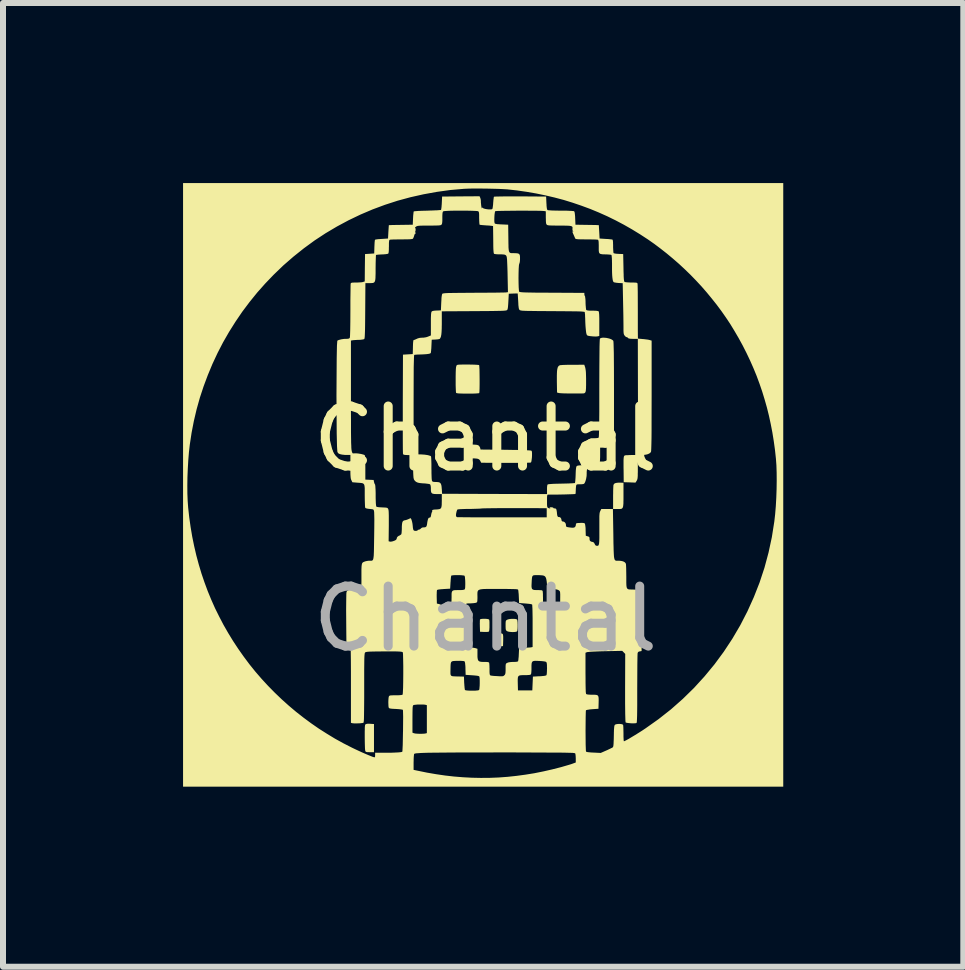
<source format=kicad_pcb>
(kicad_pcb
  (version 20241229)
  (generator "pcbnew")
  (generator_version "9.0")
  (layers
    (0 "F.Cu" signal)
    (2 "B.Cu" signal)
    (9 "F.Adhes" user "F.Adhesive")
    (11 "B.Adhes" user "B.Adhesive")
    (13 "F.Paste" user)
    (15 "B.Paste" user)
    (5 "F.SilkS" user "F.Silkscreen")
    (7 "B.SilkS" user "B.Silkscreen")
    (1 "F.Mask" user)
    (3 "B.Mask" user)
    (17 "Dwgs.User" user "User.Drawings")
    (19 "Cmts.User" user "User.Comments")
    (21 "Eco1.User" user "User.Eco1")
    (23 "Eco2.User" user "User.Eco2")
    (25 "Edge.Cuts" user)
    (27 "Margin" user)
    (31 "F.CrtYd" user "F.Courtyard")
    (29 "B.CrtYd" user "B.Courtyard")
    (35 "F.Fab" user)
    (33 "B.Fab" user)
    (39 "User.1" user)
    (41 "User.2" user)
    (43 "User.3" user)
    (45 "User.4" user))
  (footprint "Chantal"
    (layer "F.Cu")
    (at 5.037 4.76)
    (property "Reference" "Chantal" (at 0 -0.5 0) (unlocked yes) (layer "F.SilkS") (effects (font (size 1 1) (thickness 0.15))))
    (attr smd)
    (fp_poly (pts (xy 0 2.5) (xy 0.013 2.501) (xy 0.026 2.502) (xy 0.037 2.504) (xy 0.047 2.506) (xy 0.055 2.509) (xy 0.058 2.511) (xy 0.06 2.512) (xy 0.062 2.514) (xy 0.063 2.516) (xy 0.065 2.521) (xy 0.066 2.53) (xy 0.067 2.541) (xy 0.068 2.553) (xy 0.068 2.583) (xy 0.068 2.615) (xy 0.068 2.647) (xy 0.066 2.676) (xy 0.065 2.688) (xy 0.063 2.698) (xy 0.062 2.705) (xy 0.06 2.709) (xy 0.059 2.711) (xy 0.058 2.712) (xy 0.055 2.713) (xy 0.053 2.715) (xy 0.05 2.716) (xy 0.047 2.717) (xy 0.043 2.717) (xy 0.038 2.718) (xy 0.033 2.718) (xy 0.028 2.719) (xy 0.015 2.719) (xy -0.001 2.719) (xy -0.018 2.719) (xy -0.089 2.716) (xy -0.092 2.621) (xy -0.092 2.602) (xy -0.093 2.583) (xy -0.092 2.565) (xy -0.092 2.55) (xy -0.092 2.536) (xy -0.091 2.525) (xy -0.091 2.517) (xy -0.091 2.515) (xy -0.09 2.513) (xy -0.089 2.511) (xy -0.087 2.509) (xy -0.085 2.508) (xy -0.082 2.507) (xy -0.074 2.504) (xy -0.064 2.502) (xy -0.053 2.501) (xy -0.04 2.5) (xy -0.027 2.5) (xy -0.014 2.5)) (stroke (width 0) (type solid)) (fill yes) (layer "F.SilkS"))
    (fp_poly (pts (xy 2.241 0.232) (xy 2.301 0.233) (xy 2.301 0.437) (xy 2.301 0.517) (xy 2.3 0.549) (xy 2.3 0.576) (xy 2.299 0.588) (xy 2.298 0.599) (xy 2.297 0.609) (xy 2.296 0.618) (xy 2.295 0.626) (xy 2.293 0.633) (xy 2.291 0.64) (xy 2.289 0.645) (xy 2.287 0.65) (xy 2.284 0.654) (xy 2.281 0.658) (xy 2.277 0.661) (xy 2.274 0.664) (xy 2.269 0.666) (xy 2.265 0.667) (xy 2.259 0.669) (xy 2.254 0.67) (xy 2.248 0.67) (xy 2.234 0.671) (xy 2.199 0.671) (xy 2.128 0.671) (xy 2.128 0.481) (xy 2.128 0.443) (xy 2.129 0.406) (xy 2.129 0.372) (xy 2.13 0.342) (xy 2.131 0.316) (xy 2.132 0.295) (xy 2.133 0.28) (xy 2.133 0.275) (xy 2.134 0.272) (xy 2.135 0.27) (xy 2.135 0.268) (xy 2.136 0.266) (xy 2.138 0.263) (xy 2.139 0.261) (xy 2.14 0.259) (xy 2.142 0.257) (xy 2.144 0.255) (xy 2.145 0.253) (xy 2.147 0.251) (xy 2.149 0.249) (xy 2.151 0.247) (xy 2.153 0.245) (xy 2.155 0.244) (xy 2.158 0.243) (xy 2.159 0.242) (xy 2.16 0.242) (xy 2.162 0.241) (xy 2.165 0.24) (xy 2.169 0.239) (xy 2.173 0.238) (xy 2.182 0.236) (xy 2.192 0.234) (xy 2.204 0.233) (xy 2.216 0.232) (xy 2.229 0.232)) (stroke (width 0) (type solid)) (fill yes) (layer "F.SilkS"))
    (fp_poly (pts (xy 2.54 -0.031) (xy 2.54 0.03) (xy 2.54 0.056) (xy 2.539 0.078) (xy 2.539 0.098) (xy 2.539 0.115) (xy 2.538 0.129) (xy 2.537 0.142) (xy 2.536 0.153) (xy 2.535 0.158) (xy 2.535 0.162) (xy 2.534 0.166) (xy 2.533 0.17) (xy 2.532 0.174) (xy 2.531 0.177) (xy 2.53 0.18) (xy 2.529 0.183) (xy 2.528 0.186) (xy 2.527 0.189) (xy 2.524 0.194) (xy 2.521 0.2) (xy 2.501 0.231) (xy 2.403 0.227) (xy 2.305 0.224) (xy 2.303 0.023) (xy 2.302 -0.015) (xy 2.302 -0.049) (xy 2.302 -0.079) (xy 2.302 -0.105) (xy 2.302 -0.117) (xy 2.302 -0.128) (xy 2.302 -0.138) (xy 2.302 -0.148) (xy 2.303 -0.157) (xy 2.303 -0.164) (xy 2.304 -0.172) (xy 2.304 -0.178) (xy 2.305 -0.184) (xy 2.306 -0.19) (xy 2.306 -0.195) (xy 2.307 -0.199) (xy 2.308 -0.203) (xy 2.31 -0.206) (xy 2.31 -0.208) (xy 2.311 -0.209) (xy 2.312 -0.211) (xy 2.312 -0.212) (xy 2.313 -0.213) (xy 2.314 -0.214) (xy 2.314 -0.215) (xy 2.315 -0.216) (xy 2.316 -0.217) (xy 2.317 -0.218) (xy 2.318 -0.219) (xy 2.319 -0.219) (xy 2.32 -0.22) (xy 2.321 -0.22) (xy 2.323 -0.221) (xy 2.325 -0.222) (xy 2.327 -0.223) (xy 2.333 -0.224) (xy 2.341 -0.225) (xy 2.353 -0.226) (xy 2.368 -0.226) (xy 2.403 -0.228) (xy 2.442 -0.229) (xy 2.54 -0.23)) (stroke (width 0) (type solid)) (fill yes) (layer "F.SilkS"))
    (fp_poly (pts (xy -0.268 -1.736) (xy -0.208 -1.735) (xy -0.157 -1.733) (xy -0.12 -1.73) (xy -0.109 -1.729) (xy -0.105 -1.728) (xy -0.103 -1.721) (xy -0.101 -1.705) (xy -0.098 -1.652) (xy -0.097 -1.578) (xy -0.096 -1.494) (xy -0.096 -1.411) (xy -0.097 -1.337) (xy -0.099 -1.284) (xy -0.101 -1.268) (xy -0.103 -1.261) (xy -0.105 -1.26) (xy -0.108 -1.259) (xy -0.119 -1.257) (xy -0.137 -1.256) (xy -0.159 -1.254) (xy -0.187 -1.253) (xy -0.219 -1.252) (xy -0.296 -1.252) (xy -0.346 -1.252) (xy -0.367 -1.252) (xy -0.386 -1.253) (xy -0.403 -1.253) (xy -0.419 -1.254) (xy -0.432 -1.254) (xy -0.444 -1.255) (xy -0.454 -1.256) (xy -0.462 -1.257) (xy -0.469 -1.258) (xy -0.475 -1.259) (xy -0.478 -1.26) (xy -0.48 -1.26) (xy -0.482 -1.261) (xy -0.483 -1.262) (xy -0.485 -1.262) (xy -0.486 -1.263) (xy -0.487 -1.264) (xy -0.488 -1.265) (xy -0.489 -1.272) (xy -0.491 -1.286) (xy -0.493 -1.331) (xy -0.495 -1.392) (xy -0.495 -1.463) (xy -0.495 -1.536) (xy -0.494 -1.603) (xy -0.492 -1.657) (xy -0.489 -1.69) (xy -0.488 -1.696) (xy -0.486 -1.701) (xy -0.485 -1.706) (xy -0.484 -1.71) (xy -0.483 -1.712) (xy -0.483 -1.714) (xy -0.482 -1.716) (xy -0.481 -1.717) (xy -0.481 -1.719) (xy -0.48 -1.72) (xy -0.479 -1.721) (xy -0.478 -1.723) (xy -0.477 -1.724) (xy -0.476 -1.725) (xy -0.475 -1.726) (xy -0.474 -1.727) (xy -0.472 -1.727) (xy -0.471 -1.728) (xy -0.47 -1.729) (xy -0.468 -1.73) (xy -0.467 -1.73) (xy -0.465 -1.731) (xy -0.464 -1.731) (xy -0.462 -1.732) (xy -0.458 -1.733) (xy -0.454 -1.733) (xy -0.444 -1.734) (xy -0.428 -1.735) (xy -0.384 -1.736) (xy -0.329 -1.736)) (stroke (width 0) (type solid)) (fill yes) (layer "F.SilkS"))
    (fp_poly (pts (xy 0.224 2.74) (xy 0.231 2.74) (xy 0.237 2.74) (xy 0.243 2.741) (xy 0.249 2.741) (xy 0.255 2.742) (xy 0.26 2.743) (xy 0.264 2.743) (xy 0.269 2.744) (xy 0.273 2.745) (xy 0.276 2.746) (xy 0.279 2.748) (xy 0.282 2.749) (xy 0.283 2.75) (xy 0.285 2.75) (xy 0.286 2.751) (xy 0.287 2.752) (xy 0.287 2.752) (xy 0.288 2.753) (xy 0.29 2.755) (xy 0.291 2.758) (xy 0.292 2.761) (xy 0.293 2.765) (xy 0.294 2.77) (xy 0.295 2.775) (xy 0.296 2.787) (xy 0.297 2.802) (xy 0.297 2.819) (xy 0.297 2.839) (xy 0.297 2.861) (xy 0.294 2.955) (xy 0.229 2.958) (xy 0.221 2.959) (xy 0.214 2.959) (xy 0.207 2.959) (xy 0.201 2.959) (xy 0.194 2.958) (xy 0.188 2.958) (xy 0.182 2.958) (xy 0.177 2.957) (xy 0.172 2.957) (xy 0.168 2.956) (xy 0.163 2.955) (xy 0.16 2.954) (xy 0.156 2.953) (xy 0.153 2.952) (xy 0.151 2.951) (xy 0.15 2.95) (xy 0.149 2.95) (xy 0.148 2.948) (xy 0.146 2.946) (xy 0.144 2.939) (xy 0.142 2.931) (xy 0.14 2.92) (xy 0.138 2.909) (xy 0.137 2.895) (xy 0.136 2.881) (xy 0.135 2.867) (xy 0.135 2.852) (xy 0.136 2.837) (xy 0.136 2.822) (xy 0.137 2.808) (xy 0.139 2.795) (xy 0.141 2.783) (xy 0.143 2.773) (xy 0.145 2.765) (xy 0.147 2.761) (xy 0.149 2.757) (xy 0.15 2.754) (xy 0.152 2.751) (xy 0.154 2.749) (xy 0.156 2.747) (xy 0.158 2.746) (xy 0.159 2.745) (xy 0.163 2.744) (xy 0.166 2.743) (xy 0.171 2.742) (xy 0.176 2.741) (xy 0.182 2.741) (xy 0.189 2.74) (xy 0.197 2.74) (xy 0.216 2.74)) (stroke (width 0) (type solid)) (fill yes) (layer "F.SilkS"))
    (fp_poly (pts (xy 1.664 -1.684) (xy 1.667 -1.669) (xy 1.67 -1.651) (xy 1.673 -1.631) (xy 1.675 -1.606) (xy 1.676 -1.578) (xy 1.677 -1.544) (xy 1.678 -1.505) (xy 1.678 -1.459) (xy 1.678 -1.424) (xy 1.678 -1.393) (xy 1.677 -1.366) (xy 1.677 -1.343) (xy 1.676 -1.333) (xy 1.675 -1.324) (xy 1.675 -1.315) (xy 1.674 -1.307) (xy 1.673 -1.3) (xy 1.672 -1.293) (xy 1.67 -1.287) (xy 1.669 -1.282) (xy 1.667 -1.278) (xy 1.665 -1.273) (xy 1.663 -1.27) (xy 1.66 -1.267) (xy 1.657 -1.264) (xy 1.654 -1.262) (xy 1.651 -1.26) (xy 1.648 -1.258) (xy 1.644 -1.257) (xy 1.64 -1.256) (xy 1.635 -1.256) (xy 1.631 -1.255) (xy 1.626 -1.255) (xy 1.62 -1.255) (xy 1.608 -1.254) (xy 1.534 -1.254) (xy 1.465 -1.254) (xy 1.403 -1.254) (xy 1.348 -1.255) (xy 1.302 -1.256) (xy 1.265 -1.258) (xy 1.238 -1.26) (xy 1.229 -1.261) (xy 1.223 -1.262) (xy 1.194 -1.27) (xy 1.191 -1.457) (xy 1.191 -1.493) (xy 1.191 -1.526) (xy 1.191 -1.555) (xy 1.192 -1.582) (xy 1.192 -1.594) (xy 1.193 -1.605) (xy 1.193 -1.616) (xy 1.194 -1.626) (xy 1.195 -1.636) (xy 1.196 -1.644) (xy 1.197 -1.653) (xy 1.199 -1.66) (xy 1.2 -1.667) (xy 1.202 -1.674) (xy 1.203 -1.68) (xy 1.205 -1.685) (xy 1.207 -1.691) (xy 1.209 -1.695) (xy 1.212 -1.7) (xy 1.214 -1.703) (xy 1.217 -1.707) (xy 1.219 -1.71) (xy 1.222 -1.713) (xy 1.226 -1.716) (xy 1.229 -1.718) (xy 1.233 -1.72) (xy 1.236 -1.722) (xy 1.24 -1.724) (xy 1.243 -1.725) (xy 1.248 -1.726) (xy 1.264 -1.727) (xy 1.285 -1.729) (xy 1.312 -1.73) (xy 1.378 -1.732) (xy 1.455 -1.732) (xy 1.648 -1.733)) (stroke (width 0) (type solid)) (fill yes) (layer "F.SilkS"))
    (fp_poly (pts (xy -1.944 4.248) (xy -1.941 4.248) (xy -1.938 4.248) (xy -1.882 4.252) (xy -1.856 4.253) (xy -1.856 4.723) (xy -1.924 4.723) (xy -1.933 4.723) (xy -1.942 4.722) (xy -1.951 4.722) (xy -1.958 4.722) (xy -1.961 4.722) (xy -1.964 4.721) (xy -1.967 4.721) (xy -1.97 4.721) (xy -1.973 4.721) (xy -1.975 4.72) (xy -1.977 4.72) (xy -1.979 4.719) (xy -1.981 4.719) (xy -1.983 4.718) (xy -1.985 4.718) (xy -1.987 4.717) (xy -1.988 4.716) (xy -1.99 4.715) (xy -1.991 4.715) (xy -1.992 4.714) (xy -1.994 4.713) (xy -1.995 4.712) (xy -1.996 4.711) (xy -1.997 4.71) (xy -1.998 4.708) (xy -1.999 4.707) (xy -1.999 4.706) (xy -2 4.704) (xy -2.001 4.701) (xy -2.002 4.696) (xy -2.004 4.682) (xy -2.006 4.66) (xy -2.007 4.633) (xy -2.009 4.562) (xy -2.01 4.474) (xy -2.01 4.404) (xy -2.01 4.376) (xy -2.009 4.351) (xy -2.009 4.341) (xy -2.009 4.331) (xy -2.009 4.322) (xy -2.009 4.314) (xy -2.008 4.306) (xy -2.008 4.299) (xy -2.007 4.293) (xy -2.007 4.288) (xy -2.006 4.283) (xy -2.006 4.279) (xy -2.005 4.275) (xy -2.005 4.273) (xy -2.004 4.271) (xy -2.004 4.27) (xy -2.004 4.269) (xy -2.003 4.267) (xy -2.003 4.266) (xy -2.002 4.265) (xy -2.002 4.264) (xy -2.001 4.263) (xy -2 4.262) (xy -2 4.261) (xy -1.999 4.261) (xy -1.999 4.26) (xy -1.998 4.259) (xy -1.997 4.259) (xy -1.997 4.258) (xy -1.996 4.258) (xy -1.995 4.257) (xy -1.993 4.256) (xy -1.992 4.256) (xy -1.988 4.254) (xy -1.985 4.253) (xy -1.983 4.253) (xy -1.98 4.252) (xy -1.977 4.251) (xy -1.974 4.25) (xy -1.971 4.25) (xy -1.968 4.249) (xy -1.964 4.249) (xy -1.961 4.248) (xy -1.957 4.248) (xy -1.954 4.248) (xy -1.951 4.248) (xy -1.947 4.248)) (stroke (width 0) (type solid)) (fill yes) (layer "F.SilkS"))
    (fp_poly (pts (xy 0.476 2.501) (xy 0.488 2.502) (xy 0.499 2.503) (xy 0.508 2.505) (xy 0.516 2.507) (xy 0.52 2.508) (xy 0.522 2.509) (xy 0.525 2.51) (xy 0.527 2.512) (xy 0.528 2.514) (xy 0.529 2.516) (xy 0.531 2.519) (xy 0.532 2.523) (xy 0.533 2.527) (xy 0.534 2.532) (xy 0.535 2.544) (xy 0.537 2.557) (xy 0.537 2.573) (xy 0.538 2.591) (xy 0.538 2.611) (xy 0.538 2.621) (xy 0.538 2.63) (xy 0.538 2.639) (xy 0.537 2.648) (xy 0.537 2.656) (xy 0.537 2.664) (xy 0.536 2.671) (xy 0.535 2.677) (xy 0.535 2.684) (xy 0.534 2.689) (xy 0.533 2.694) (xy 0.532 2.698) (xy 0.531 2.702) (xy 0.529 2.705) (xy 0.529 2.706) (xy 0.528 2.707) (xy 0.527 2.708) (xy 0.527 2.709) (xy 0.525 2.711) (xy 0.522 2.712) (xy 0.516 2.715) (xy 0.507 2.717) (xy 0.497 2.718) (xy 0.486 2.72) (xy 0.474 2.72) (xy 0.461 2.721) (xy 0.448 2.721) (xy 0.434 2.72) (xy 0.421 2.719) (xy 0.408 2.718) (xy 0.396 2.716) (xy 0.385 2.714) (xy 0.375 2.711) (xy 0.367 2.709) (xy 0.364 2.707) (xy 0.361 2.705) (xy 0.357 2.703) (xy 0.354 2.7) (xy 0.351 2.698) (xy 0.348 2.695) (xy 0.346 2.692) (xy 0.344 2.688) (xy 0.342 2.685) (xy 0.341 2.68) (xy 0.34 2.675) (xy 0.339 2.669) (xy 0.338 2.662) (xy 0.338 2.654) (xy 0.337 2.635) (xy 0.337 2.61) (xy 0.337 2.596) (xy 0.337 2.584) (xy 0.337 2.573) (xy 0.338 2.564) (xy 0.338 2.56) (xy 0.338 2.556) (xy 0.338 2.553) (xy 0.339 2.549) (xy 0.339 2.546) (xy 0.34 2.544) (xy 0.34 2.541) (xy 0.341 2.539) (xy 0.341 2.536) (xy 0.342 2.534) (xy 0.343 2.533) (xy 0.344 2.531) (xy 0.345 2.529) (xy 0.346 2.528) (xy 0.347 2.526) (xy 0.349 2.525) (xy 0.35 2.524) (xy 0.352 2.523) (xy 0.353 2.522) (xy 0.355 2.52) (xy 0.359 2.518) (xy 0.364 2.516) (xy 0.367 2.514) (xy 0.371 2.512) (xy 0.379 2.51) (xy 0.389 2.507) (xy 0.4 2.505) (xy 0.412 2.503) (xy 0.425 2.502) (xy 0.438 2.501) (xy 0.451 2.501) (xy 0.464 2.501)) (stroke (width 0) (type solid)) (fill yes) (layer "F.SilkS"))
    (fp_poly (pts (xy -0.19 -0.402) (xy -0.175 -0.401) (xy -0.161 -0.4) (xy -0.149 -0.399) (xy -0.137 -0.397) (xy -0.128 -0.394) (xy -0.12 -0.391) (xy -0.118 -0.39) (xy -0.115 -0.389) (xy -0.113 -0.387) (xy -0.111 -0.385) (xy -0.108 -0.383) (xy -0.106 -0.38) (xy -0.104 -0.378) (xy -0.102 -0.375) (xy -0.1 -0.372) (xy -0.098 -0.37) (xy -0.096 -0.367) (xy -0.094 -0.363) (xy -0.092 -0.36) (xy -0.091 -0.357) (xy -0.089 -0.354) (xy -0.088 -0.351) (xy -0.08 -0.32) (xy 0.339 -0.316) (xy 0.444 -0.314) (xy 0.533 -0.313) (xy 0.606 -0.311) (xy 0.664 -0.309) (xy 0.709 -0.307) (xy 0.726 -0.306) (xy 0.741 -0.305) (xy 0.752 -0.304) (xy 0.76 -0.302) (xy 0.766 -0.301) (xy 0.768 -0.3) (xy 0.769 -0.299) (xy 0.77 -0.297) (xy 0.772 -0.295) (xy 0.774 -0.287) (xy 0.776 -0.276) (xy 0.777 -0.264) (xy 0.777 -0.249) (xy 0.777 -0.233) (xy 0.777 -0.217) (xy 0.776 -0.2) (xy 0.775 -0.183) (xy 0.773 -0.167) (xy 0.771 -0.151) (xy 0.769 -0.137) (xy 0.767 -0.125) (xy 0.764 -0.115) (xy 0.761 -0.108) (xy 0.759 -0.106) (xy 0.757 -0.104) (xy 0.747 -0.102) (xy 0.722 -0.101) (xy 0.632 -0.099) (xy 0.501 -0.098) (xy 0.337 -0.098) (xy -0.069 -0.1) (xy -0.082 -0.124) (xy -0.085 -0.131) (xy -0.089 -0.138) (xy -0.093 -0.143) (xy -0.098 -0.149) (xy -0.102 -0.153) (xy -0.107 -0.157) (xy -0.113 -0.16) (xy -0.12 -0.163) (xy -0.127 -0.166) (xy -0.135 -0.167) (xy -0.144 -0.169) (xy -0.154 -0.17) (xy -0.166 -0.171) (xy -0.178 -0.172) (xy -0.192 -0.172) (xy -0.208 -0.172) (xy -0.225 -0.172) (xy -0.241 -0.173) (xy -0.256 -0.173) (xy -0.269 -0.174) (xy -0.281 -0.176) (xy -0.286 -0.176) (xy -0.291 -0.177) (xy -0.295 -0.178) (xy -0.298 -0.178) (xy -0.3 -0.179) (xy -0.302 -0.18) (xy -0.306 -0.182) (xy -0.309 -0.186) (xy -0.312 -0.19) (xy -0.315 -0.195) (xy -0.318 -0.201) (xy -0.321 -0.207) (xy -0.323 -0.215) (xy -0.325 -0.222) (xy -0.327 -0.231) (xy -0.329 -0.24) (xy -0.33 -0.25) (xy -0.331 -0.26) (xy -0.332 -0.271) (xy -0.333 -0.282) (xy -0.333 -0.294) (xy -0.334 -0.306) (xy -0.333 -0.316) (xy -0.333 -0.326) (xy -0.333 -0.334) (xy -0.333 -0.341) (xy -0.333 -0.345) (xy -0.332 -0.348) (xy -0.332 -0.351) (xy -0.332 -0.354) (xy -0.331 -0.356) (xy -0.331 -0.359) (xy -0.33 -0.361) (xy -0.33 -0.363) (xy -0.329 -0.365) (xy -0.329 -0.367) (xy -0.328 -0.369) (xy -0.327 -0.371) (xy -0.326 -0.372) (xy -0.325 -0.374) (xy -0.324 -0.375) (xy -0.323 -0.377) (xy -0.322 -0.378) (xy -0.321 -0.379) (xy -0.32 -0.381) (xy -0.319 -0.382) (xy -0.317 -0.383) (xy -0.316 -0.384) (xy -0.314 -0.385) (xy -0.312 -0.387) (xy -0.31 -0.388) (xy -0.306 -0.39) (xy -0.298 -0.393) (xy -0.288 -0.395) (xy -0.276 -0.397) (xy -0.263 -0.399) (xy -0.249 -0.4) (xy -0.235 -0.401) (xy -0.22 -0.402) (xy -0.205 -0.402)) (stroke (width 0) (type solid)) (fill yes) (layer "F.SilkS"))
    (fp_poly (pts (xy 4.963 5.297) (xy -5.037 5.297) (xy -5.037 5.017) (xy -1.196 5.017) (xy -1.124 5.032) (xy -0.973 5.063) (xy -0.822 5.089) (xy -0.672 5.111) (xy -0.523 5.128) (xy -0.373 5.14) (xy -0.224 5.148) (xy -0.076 5.151) (xy 0.073 5.15) (xy 0.222 5.144) (xy 0.37 5.133) (xy 0.519 5.117) (xy 0.667 5.097) (xy 0.816 5.073) (xy 0.965 5.043) (xy 1.114 5.009) (xy 1.263 4.971) (xy 1.321 4.954) (xy 1.376 4.938) (xy 1.423 4.924) (xy 1.441 4.918) (xy 1.454 4.913) (xy 1.506 4.894) (xy 1.506 4.825) (xy 1.506 4.818) (xy 1.505 4.811) (xy 1.505 4.804) (xy 1.505 4.797) (xy 1.504 4.79) (xy 1.504 4.784) (xy 1.503 4.778) (xy 1.503 4.772) (xy 1.502 4.766) (xy 1.501 4.761) (xy 1.5 4.757) (xy 1.5 4.753) (xy 1.499 4.749) (xy 1.498 4.746) (xy 1.497 4.744) (xy 1.496 4.742) (xy 1.486 4.738) (xy 1.455 4.734) (xy 1.3 4.73) (xy 0.378 4.726) (xy -0.06 4.727) (xy -0.41 4.727) (xy -0.682 4.729) (xy -0.884 4.731) (xy -0.962 4.732) (xy -1.026 4.734) (xy -1.078 4.736) (xy -1.118 4.739) (xy -1.148 4.741) (xy -1.168 4.744) (xy -1.175 4.746) (xy -1.18 4.748) (xy -1.184 4.749) (xy -1.186 4.751) (xy -1.187 4.753) (xy -1.188 4.757) (xy -1.19 4.767) (xy -1.191 4.781) (xy -1.193 4.798) (xy -1.194 4.819) (xy -1.195 4.841) (xy -1.195 4.866) (xy -1.196 4.891) (xy -1.196 5.017) (xy -5.037 5.017) (xy -5.037 0.28) (xy -4.966 0.28) (xy -4.965 0.415) (xy -4.96 0.538) (xy -4.952 0.647) (xy -4.934 0.811) (xy -4.911 0.973) (xy -4.884 1.133) (xy -4.852 1.289) (xy -4.816 1.444) (xy -4.775 1.596) (xy -4.73 1.746) (xy -4.68 1.893) (xy -4.626 2.039) (xy -4.567 2.182) (xy -4.504 2.324) (xy -4.435 2.463) (xy -4.363 2.601) (xy -4.285 2.737) (xy -4.203 2.871) (xy -4.116 3.003) (xy -4.025 3.132) (xy -3.93 3.259) (xy -3.831 3.382) (xy -3.727 3.502) (xy -3.62 3.618) (xy -3.509 3.731) (xy -3.394 3.841) (xy -3.276 3.947) (xy -3.155 4.049) (xy -3.03 4.147) (xy -2.903 4.241) (xy -2.773 4.331) (xy -2.639 4.416) (xy -2.504 4.498) (xy -2.366 4.574) (xy -2.225 4.646) (xy -2.171 4.672) (xy -2.115 4.698) (xy -2.059 4.724) (xy -2.006 4.747) (xy -1.957 4.768) (xy -1.915 4.785) (xy -1.883 4.798) (xy -1.87 4.802) (xy -1.861 4.805) (xy -1.857 4.806) (xy -1.854 4.807) (xy -1.851 4.807) (xy -1.848 4.807) (xy -1.847 4.807) (xy -1.846 4.807) (xy -1.845 4.807) (xy -1.844 4.807) (xy -1.843 4.806) (xy -1.842 4.806) (xy -1.841 4.805) (xy -1.841 4.804) (xy -1.84 4.803) (xy -1.84 4.802) (xy -1.839 4.801) (xy -1.839 4.8) (xy -1.838 4.797) (xy -1.838 4.793) (xy -1.838 4.789) (xy -1.837 4.784) (xy -1.837 4.771) (xy -1.837 4.732) (xy -1.681 4.732) (xy -1.617 4.732) (xy -1.56 4.731) (xy -1.511 4.729) (xy -1.469 4.727) (xy -1.451 4.726) (xy -1.436 4.725) (xy -1.422 4.723) (xy -1.41 4.722) (xy -1.4 4.72) (xy -1.393 4.718) (xy -1.388 4.716) (xy -1.386 4.715) (xy -1.384 4.714) (xy -1.382 4.705) (xy -1.381 4.682) (xy -1.377 4.603) (xy -1.373 4.397) (xy -1.215 4.397) (xy -1.19 4.407) (xy -1.184 4.408) (xy -1.175 4.41) (xy -1.165 4.412) (xy -1.153 4.413) (xy -1.126 4.415) (xy -1.096 4.416) (xy -1.066 4.416) (xy -1.037 4.415) (xy -1.025 4.414) (xy -1.013 4.413) (xy -1.004 4.412) (xy -0.996 4.41) (xy -0.975 4.405) (xy -0.975 3.939) (xy -0.996 3.933) (xy -1.004 3.932) (xy -1.014 3.93) (xy -1.027 3.929) (xy -1.04 3.929) (xy -1.071 3.928) (xy -1.104 3.928) (xy -1.136 3.929) (xy -1.164 3.932) (xy -1.176 3.933) (xy -1.185 3.935) (xy -1.193 3.936) (xy -1.197 3.938) (xy -1.2 3.94) (xy -1.203 3.942) (xy -1.205 3.945) (xy -1.207 3.95) (xy -1.208 3.955) (xy -1.21 3.962) (xy -1.212 3.982) (xy -1.213 4.011) (xy -1.214 4.051) (xy -1.215 4.173) (xy -1.215 4.397) (xy -1.373 4.397) (xy -1.372 4.367) (xy -1.37 4.131) (xy -1.372 4.051) (xy -1.373 4.028) (xy -1.375 4.018) (xy -1.376 4.016) (xy -1.378 4.015) (xy -1.382 4.014) (xy -1.386 4.013) (xy -1.397 4.011) (xy -1.41 4.009) (xy -1.427 4.007) (xy -1.446 4.005) (xy -1.467 4.004) (xy -1.491 4.002) (xy -1.505 4.002) (xy -1.518 4.001) (xy -1.531 4) (xy -1.542 4) (xy -1.552 3.999) (xy -1.561 3.998) (xy -1.57 3.997) (xy -1.577 3.996) (xy -1.584 3.995) (xy -1.589 3.994) (xy -1.592 3.993) (xy -1.594 3.992) (xy -1.596 3.992) (xy -1.598 3.991) (xy -1.6 3.99) (xy -1.602 3.989) (xy -1.603 3.989) (xy -1.605 3.988) (xy -1.606 3.987) (xy -1.607 3.986) (xy -1.608 3.985) (xy -1.608 3.984) (xy -1.61 3.979) (xy -1.612 3.972) (xy -1.614 3.962) (xy -1.615 3.95) (xy -1.616 3.922) (xy -1.617 3.89) (xy -1.616 3.858) (xy -1.614 3.83) (xy -1.613 3.817) (xy -1.611 3.807) (xy -1.609 3.798) (xy -1.607 3.793) (xy -1.606 3.79) (xy -1.604 3.787) (xy -1.601 3.785) (xy -1.599 3.783) (xy -1.596 3.781) (xy -1.592 3.78) (xy -1.587 3.778) (xy -1.582 3.777) (xy -1.575 3.776) (xy -1.568 3.776) (xy -1.55 3.775) (xy -1.525 3.774) (xy -1.494 3.774) (xy -1.482 3.774) (xy -1.47 3.774) (xy -1.459 3.774) (xy -1.449 3.774) (xy -1.439 3.773) (xy -1.43 3.773) (xy -1.422 3.772) (xy -1.414 3.771) (xy -1.407 3.771) (xy -1.401 3.77) (xy -1.396 3.769) (xy -1.391 3.768) (xy -1.387 3.767) (xy -1.384 3.766) (xy -1.382 3.765) (xy -1.381 3.764) (xy -1.38 3.764) (xy -1.379 3.763) (xy -1.377 3.753) (xy -1.375 3.73) (xy -1.371 3.65) (xy -1.369 3.539) (xy -1.368 3.413) (xy -1.368 3.394) (xy -0.582 3.394) (xy -0.582 3.409) (xy -0.581 3.421) (xy -0.58 3.427) (xy -0.579 3.431) (xy -0.577 3.436) (xy -0.575 3.44) (xy -0.573 3.443) (xy -0.571 3.446) (xy -0.568 3.449) (xy -0.564 3.451) (xy -0.56 3.453) (xy -0.555 3.454) (xy -0.55 3.456) (xy -0.545 3.457) (xy -0.531 3.458) (xy -0.515 3.459) (xy -0.496 3.46) (xy -0.448 3.461) (xy -0.357 3.463) (xy -0.353 3.568) (xy -0.351 3.59) (xy -0.35 3.61) (xy -0.348 3.629) (xy -0.347 3.646) (xy -0.345 3.661) (xy -0.343 3.673) (xy -0.343 3.677) (xy -0.342 3.681) (xy -0.341 3.684) (xy -0.34 3.685) (xy -0.339 3.687) (xy -0.336 3.688) (xy -0.328 3.691) (xy -0.316 3.693) (xy -0.301 3.695) (xy -0.284 3.696) (xy -0.266 3.697) (xy -0.225 3.698) (xy -0.184 3.698) (xy -0.165 3.697) (xy -0.148 3.695) (xy -0.132 3.694) (xy -0.12 3.692) (xy -0.111 3.689) (xy -0.108 3.688) (xy -0.106 3.686) (xy -0.104 3.684) (xy -0.103 3.682) (xy -0.101 3.673) (xy -0.099 3.662) (xy -0.098 3.648) (xy -0.095 3.614) (xy -0.094 3.576) (xy -0.094 3.537) (xy -0.094 3.532) (xy 0.539 3.532) (xy 0.54 3.578) (xy 0.543 3.693) (xy 0.782 3.693) (xy 0.787 3.578) (xy 0.792 3.463) (xy 0.901 3.457) (xy 0.915 3.457) (xy 0.928 3.456) (xy 0.94 3.455) (xy 0.951 3.454) (xy 0.961 3.453) (xy 0.971 3.452) (xy 0.979 3.451) (xy 0.987 3.45) (xy 0.993 3.449) (xy 0.999 3.447) (xy 1.004 3.446) (xy 1.008 3.445) (xy 1.01 3.444) (xy 1.012 3.443) (xy 1.013 3.442) (xy 1.015 3.442) (xy 1.016 3.441) (xy 1.017 3.44) (xy 1.017 3.439) (xy 1.018 3.438) (xy 1.019 3.436) (xy 1.02 3.433) (xy 1.021 3.425) (xy 1.023 3.414) (xy 1.024 3.4) (xy 1.025 3.384) (xy 1.026 3.366) (xy 1.026 3.348) (xy 1.027 3.328) (xy 1.027 3.315) (xy 1.026 3.302) (xy 1.026 3.291) (xy 1.026 3.281) (xy 1.026 3.271) (xy 1.025 3.263) (xy 1.025 3.256) (xy 1.024 3.249) (xy 1.023 3.243) (xy 1.022 3.24) (xy 1.022 3.238) (xy 1.021 3.235) (xy 1.021 3.233) (xy 1.02 3.231) (xy 1.019 3.229) (xy 1.019 3.228) (xy 1.018 3.226) (xy 1.017 3.225) (xy 1.016 3.223) (xy 1.015 3.222) (xy 1.014 3.221) (xy 1.013 3.22) (xy 1.012 3.219) (xy 1.01 3.218) (xy 1.008 3.216) (xy 1.004 3.215) (xy 0.999 3.214) (xy 0.988 3.211) (xy 0.974 3.209) (xy 0.958 3.207) (xy 0.94 3.205) (xy 0.92 3.204) (xy 0.899 3.202) (xy 0.856 3.201) (xy 0.839 3.2) (xy 0.824 3.201) (xy 0.818 3.201) (xy 0.812 3.202) (xy 0.806 3.203) (xy 0.801 3.204) (xy 0.796 3.206) (xy 0.792 3.208) (xy 0.788 3.21) (xy 0.785 3.213) (xy 0.782 3.216) (xy 0.78 3.219) (xy 0.777 3.223) (xy 0.775 3.228) (xy 0.774 3.232) (xy 0.772 3.238) (xy 0.771 3.244) (xy 0.77 3.25) (xy 0.769 3.265) (xy 0.768 3.281) (xy 0.768 3.323) (xy 0.768 3.334) (xy 0.768 3.344) (xy 0.768 3.354) (xy 0.767 3.363) (xy 0.767 3.372) (xy 0.766 3.38) (xy 0.766 3.388) (xy 0.765 3.395) (xy 0.764 3.401) (xy 0.764 3.407) (xy 0.763 3.412) (xy 0.762 3.416) (xy 0.76 3.42) (xy 0.759 3.423) (xy 0.759 3.425) (xy 0.758 3.426) (xy 0.757 3.427) (xy 0.757 3.428) (xy 0.755 3.429) (xy 0.752 3.43) (xy 0.749 3.431) (xy 0.746 3.433) (xy 0.741 3.434) (xy 0.736 3.435) (xy 0.725 3.436) (xy 0.711 3.437) (xy 0.695 3.438) (xy 0.677 3.439) (xy 0.658 3.439) (xy 0.617 3.439) (xy 0.601 3.44) (xy 0.587 3.441) (xy 0.581 3.442) (xy 0.576 3.443) (xy 0.571 3.444) (xy 0.566 3.446) (xy 0.562 3.448) (xy 0.558 3.45) (xy 0.555 3.453) (xy 0.552 3.456) (xy 0.549 3.459) (xy 0.547 3.463) (xy 0.545 3.467) (xy 0.544 3.472) (xy 0.542 3.477) (xy 0.541 3.483) (xy 0.54 3.497) (xy 0.539 3.513) (xy 0.539 3.532) (xy -0.094 3.532) (xy -0.095 3.502) (xy -0.096 3.487) (xy -0.098 3.475) (xy -0.1 3.466) (xy -0.102 3.46) (xy -0.103 3.459) (xy -0.105 3.457) (xy -0.108 3.456) (xy -0.112 3.455) (xy -0.117 3.453) (xy -0.122 3.452) (xy -0.135 3.449) (xy -0.152 3.447) (xy -0.171 3.445) (xy -0.194 3.443) (xy -0.22 3.441) (xy -0.329 3.434) (xy -0.332 3.33) (xy -0.332 3.319) (xy -0.332 3.308) (xy -0.333 3.298) (xy -0.333 3.288) (xy -0.335 3.269) (xy -0.336 3.26) (xy -0.337 3.252) (xy -0.337 3.244) (xy -0.338 3.237) (xy -0.34 3.231) (xy -0.341 3.225) (xy -0.342 3.22) (xy -0.343 3.217) (xy -0.344 3.214) (xy -0.344 3.213) (xy -0.345 3.212) (xy -0.347 3.211) (xy -0.349 3.209) (xy -0.351 3.208) (xy -0.354 3.207) (xy -0.358 3.205) (xy -0.363 3.204) (xy -0.368 3.204) (xy -0.373 3.203) (xy -0.387 3.202) (xy -0.403 3.201) (xy -0.421 3.2) (xy -0.443 3.201) (xy -0.489 3.201) (xy -0.508 3.202) (xy -0.524 3.203) (xy -0.537 3.204) (xy -0.543 3.205) (xy -0.548 3.207) (xy -0.553 3.209) (xy -0.557 3.211) (xy -0.561 3.213) (xy -0.564 3.216) (xy -0.567 3.219) (xy -0.569 3.222) (xy -0.572 3.226) (xy -0.573 3.231) (xy -0.575 3.236) (xy -0.576 3.241) (xy -0.577 3.247) (xy -0.578 3.254) (xy -0.579 3.269) (xy -0.58 3.287) (xy -0.581 3.332) (xy -0.582 3.376) (xy -0.582 3.394) (xy -1.368 3.394) (xy -1.368 3.287) (xy -1.37 3.175) (xy -1.372 3.094) (xy -1.374 3.069) (xy -1.377 3.058) (xy -1.379 3.055) (xy -1.384 3.053) (xy -1.401 3.049) (xy -1.43 3.046) (xy -1.47 3.044) (xy -1.526 3.043) (xy -1.596 3.043) (xy -1.791 3.044) (xy -1.847 3.045) (xy -1.871 3.046) (xy -1.892 3.046) (xy -1.911 3.047) (xy -1.928 3.047) (xy -1.942 3.048) (xy -1.955 3.049) (xy -1.966 3.05) (xy -1.975 3.051) (xy -1.979 3.052) (xy -1.982 3.053) (xy -1.986 3.053) (xy -1.989 3.054) (xy -1.991 3.055) (xy -1.994 3.056) (xy -1.996 3.057) (xy -1.998 3.057) (xy -2 3.058) (xy -2.001 3.059) (xy -2.003 3.061) (xy -2.004 3.062) (xy -2.009 3.07) (xy -2.012 3.088) (xy -2.015 3.12) (xy -2.017 3.17) (xy -2.019 3.345) (xy -2.019 3.649) (xy -2.019 3.802) (xy -2.02 3.928) (xy -2.021 4.028) (xy -2.022 4.105) (xy -2.023 4.162) (xy -2.024 4.183) (xy -2.025 4.2) (xy -2.027 4.213) (xy -2.028 4.223) (xy -2.029 4.228) (xy -2.03 4.23) (xy -2.031 4.231) (xy -2.035 4.233) (xy -2.042 4.235) (xy -2.052 4.237) (xy -2.063 4.238) (xy -2.09 4.241) (xy -2.121 4.242) (xy -2.152 4.243) (xy -2.18 4.243) (xy -2.193 4.242) (xy -2.204 4.241) (xy -2.213 4.24) (xy -2.22 4.239) (xy -2.24 4.233) (xy -2.24 3.623) (xy -2.24 3.385) (xy -2.241 3.186) (xy -2.243 3.048) (xy -2.244 3.008) (xy -2.245 2.991) (xy -2.246 2.988) (xy -2.247 2.986) (xy -2.249 2.984) (xy -2.25 2.981) (xy -2.252 2.979) (xy -2.254 2.976) (xy -2.256 2.974) (xy -2.259 2.971) (xy -2.261 2.969) (xy -2.264 2.967) (xy -2.267 2.964) (xy -2.27 2.962) (xy -2.273 2.96) (xy -2.277 2.959) (xy -2.28 2.957) (xy -2.284 2.955) (xy -2.315 2.942) (xy -2.317 2.742) (xy -0.351 2.742) (xy -0.351 2.8) (xy -0.351 2.85) (xy -0.35 2.89) (xy -0.348 2.92) (xy -0.347 2.932) (xy -0.346 2.941) (xy -0.345 2.948) (xy -0.344 2.952) (xy -0.342 2.957) (xy -0.341 2.961) (xy -0.339 2.965) (xy -0.337 2.968) (xy -0.335 2.97) (xy -0.334 2.971) (xy -0.332 2.972) (xy -0.331 2.973) (xy -0.329 2.974) (xy -0.326 2.976) (xy -0.321 2.977) (xy -0.316 2.978) (xy -0.31 2.978) (xy -0.304 2.979) (xy -0.295 2.979) (xy -0.286 2.979) (xy -0.264 2.979) (xy -0.249 2.98) (xy -0.234 2.98) (xy -0.219 2.981) (xy -0.205 2.982) (xy -0.191 2.984) (xy -0.18 2.986) (xy -0.174 2.987) (xy -0.17 2.988) (xy -0.166 2.989) (xy -0.162 2.99) (xy -0.132 3) (xy -0.132 3.089) (xy -0.132 3.11) (xy -0.132 3.128) (xy -0.131 3.145) (xy -0.129 3.159) (xy -0.128 3.166) (xy -0.127 3.172) (xy -0.126 3.177) (xy -0.124 3.182) (xy -0.122 3.187) (xy -0.12 3.191) (xy -0.117 3.195) (xy -0.115 3.199) (xy -0.111 3.202) (xy -0.108 3.204) (xy -0.104 3.207) (xy -0.1 3.209) (xy -0.096 3.211) (xy -0.091 3.213) (xy -0.086 3.214) (xy -0.08 3.215) (xy -0.074 3.216) (xy -0.068 3.217) (xy -0.053 3.218) (xy -0.037 3.219) (xy -0.018 3.219) (xy -0.008 3.219) (xy 0.002 3.219) (xy 0.011 3.219) (xy 0.019 3.219) (xy 0.026 3.22) (xy 0.03 3.22) (xy 0.033 3.22) (xy 0.036 3.221) (xy 0.038 3.221) (xy 0.041 3.221) (xy 0.043 3.222) (xy 0.045 3.222) (xy 0.047 3.223) (xy 0.049 3.223) (xy 0.051 3.224) (xy 0.053 3.224) (xy 0.054 3.225) (xy 0.056 3.226) (xy 0.057 3.226) (xy 0.058 3.227) (xy 0.059 3.228) (xy 0.06 3.229) (xy 0.061 3.23) (xy 0.061 3.231) (xy 0.062 3.232) (xy 0.063 3.233) (xy 0.063 3.234) (xy 0.064 3.239) (xy 0.065 3.248) (xy 0.066 3.259) (xy 0.067 3.273) (xy 0.068 3.288) (xy 0.068 3.306) (xy 0.069 3.324) (xy 0.069 3.343) (xy 0.069 3.358) (xy 0.069 3.37) (xy 0.069 3.382) (xy 0.069 3.392) (xy 0.07 3.397) (xy 0.07 3.401) (xy 0.07 3.405) (xy 0.07 3.409) (xy 0.071 3.412) (xy 0.071 3.416) (xy 0.072 3.419) (xy 0.072 3.422) (xy 0.073 3.424) (xy 0.073 3.427) (xy 0.074 3.429) (xy 0.074 3.431) (xy 0.075 3.433) (xy 0.076 3.434) (xy 0.076 3.436) (xy 0.077 3.437) (xy 0.078 3.438) (xy 0.079 3.439) (xy 0.08 3.44) (xy 0.081 3.441) (xy 0.082 3.442) (xy 0.083 3.443) (xy 0.085 3.443) (xy 0.086 3.444) (xy 0.088 3.445) (xy 0.091 3.445) (xy 0.1 3.447) (xy 0.112 3.449) (xy 0.126 3.45) (xy 0.142 3.452) (xy 0.16 3.453) (xy 0.179 3.454) (xy 0.199 3.455) (xy 0.215 3.456) (xy 0.229 3.457) (xy 0.242 3.457) (xy 0.253 3.458) (xy 0.262 3.458) (xy 0.267 3.458) (xy 0.271 3.458) (xy 0.275 3.458) (xy 0.278 3.457) (xy 0.281 3.457) (xy 0.285 3.457) (xy 0.287 3.456) (xy 0.29 3.456) (xy 0.293 3.455) (xy 0.295 3.455) (xy 0.297 3.454) (xy 0.299 3.453) (xy 0.301 3.452) (xy 0.303 3.451) (xy 0.305 3.45) (xy 0.307 3.449) (xy 0.308 3.448) (xy 0.31 3.446) (xy 0.312 3.445) (xy 0.313 3.443) (xy 0.317 3.44) (xy 0.32 3.437) (xy 0.323 3.434) (xy 0.325 3.43) (xy 0.327 3.427) (xy 0.329 3.423) (xy 0.331 3.419) (xy 0.332 3.414) (xy 0.333 3.408) (xy 0.334 3.402) (xy 0.335 3.396) (xy 0.336 3.388) (xy 0.336 3.379) (xy 0.337 3.359) (xy 0.337 3.334) (xy 0.337 3.306) (xy 0.337 3.294) (xy 0.337 3.284) (xy 0.338 3.28) (xy 0.338 3.276) (xy 0.338 3.272) (xy 0.339 3.268) (xy 0.339 3.265) (xy 0.339 3.262) (xy 0.34 3.259) (xy 0.341 3.257) (xy 0.341 3.255) (xy 0.342 3.252) (xy 0.343 3.251) (xy 0.344 3.249) (xy 0.345 3.247) (xy 0.346 3.246) (xy 0.348 3.244) (xy 0.349 3.243) (xy 0.351 3.242) (xy 0.352 3.24) (xy 0.354 3.239) (xy 0.356 3.238) (xy 0.361 3.236) (xy 0.366 3.233) (xy 0.369 3.232) (xy 0.373 3.23) (xy 0.377 3.229) (xy 0.382 3.227) (xy 0.387 3.226) (xy 0.393 3.225) (xy 0.405 3.223) (xy 0.418 3.221) (xy 0.433 3.22) (xy 0.449 3.219) (xy 0.465 3.219) (xy 0.474 3.219) (xy 0.482 3.219) (xy 0.49 3.218) (xy 0.497 3.218) (xy 0.504 3.218) (xy 0.51 3.217) (xy 0.516 3.216) (xy 0.521 3.216) (xy 0.526 3.215) (xy 0.53 3.214) (xy 0.534 3.213) (xy 0.535 3.212) (xy 0.537 3.212) (xy 0.538 3.211) (xy 0.54 3.211) (xy 0.541 3.21) (xy 0.542 3.209) (xy 0.543 3.209) (xy 0.544 3.208) (xy 0.544 3.207) (xy 0.545 3.206) (xy 0.546 3.205) (xy 0.546 3.202) (xy 0.548 3.194) (xy 0.55 3.182) (xy 0.551 3.167) (xy 0.553 3.15) (xy 0.555 3.131) (xy 0.556 3.111) (xy 0.557 3.089) (xy 0.562 2.984) (xy 0.653 2.982) (xy 0.69 2.981) (xy 0.707 2.98) (xy 0.724 2.979) (xy 0.738 2.978) (xy 0.75 2.977) (xy 0.76 2.976) (xy 0.763 2.975) (xy 0.766 2.975) (xy 0.787 2.97) (xy 0.787 2.622) (xy 0.787 2.487) (xy 0.785 2.374) (xy 0.784 2.33) (xy 0.782 2.296) (xy 0.781 2.273) (xy 0.78 2.267) (xy 0.78 2.264) (xy 0.778 2.262) (xy 0.776 2.261) (xy 0.773 2.26) (xy 0.769 2.258) (xy 0.764 2.257) (xy 0.759 2.256) (xy 0.746 2.253) (xy 0.73 2.251) (xy 0.711 2.249) (xy 0.69 2.247) (xy 0.667 2.245) (xy 0.562 2.237) (xy 0.557 2.132) (xy 0.556 2.11) (xy 0.555 2.089) (xy 0.553 2.07) (xy 0.551 2.053) (xy 0.55 2.039) (xy 0.548 2.027) (xy 0.547 2.022) (xy 0.546 2.018) (xy 0.546 2.016) (xy 0.545 2.014) (xy 0.543 2.012) (xy 0.539 2.011) (xy 0.526 2.008) (xy 0.504 2.006) (xy 0.472 2.005) (xy 0.373 2.003) (xy 0.221 2.002) (xy 0.097 2.002) (xy 0.047 2.002) (xy 0.005 2.003) (xy -0.029 2.004) (xy -0.044 2.005) (xy -0.058 2.007) (xy -0.07 2.008) (xy -0.081 2.01) (xy -0.09 2.012) (xy -0.098 2.015) (xy -0.105 2.018) (xy -0.111 2.021) (xy -0.117 2.025) (xy -0.121 2.03) (xy -0.124 2.035) (xy -0.127 2.04) (xy -0.129 2.046) (xy -0.131 2.053) (xy -0.132 2.06) (xy -0.132 2.068) (xy -0.133 2.086) (xy -0.132 2.132) (xy -0.132 2.147) (xy -0.132 2.161) (xy -0.133 2.173) (xy -0.133 2.183) (xy -0.133 2.188) (xy -0.133 2.192) (xy -0.134 2.196) (xy -0.134 2.2) (xy -0.134 2.203) (xy -0.135 2.206) (xy -0.135 2.209) (xy -0.136 2.212) (xy -0.136 2.214) (xy -0.137 2.216) (xy -0.138 2.218) (xy -0.138 2.22) (xy -0.139 2.221) (xy -0.14 2.223) (xy -0.141 2.224) (xy -0.142 2.225) (xy -0.144 2.226) (xy -0.145 2.227) (xy -0.146 2.228) (xy -0.148 2.229) (xy -0.15 2.23) (xy -0.151 2.231) (xy -0.155 2.232) (xy -0.158 2.233) (xy -0.162 2.234) (xy -0.17 2.236) (xy -0.18 2.237) (xy -0.192 2.239) (xy -0.205 2.24) (xy -0.218 2.241) (xy -0.232 2.242) (xy -0.246 2.243) (xy -0.282 2.243) (xy -0.296 2.244) (xy -0.308 2.246) (xy -0.318 2.25) (xy -0.322 2.253) (xy -0.326 2.256) (xy -0.33 2.261) (xy -0.333 2.266) (xy -0.338 2.279) (xy -0.342 2.297) (xy -0.345 2.32) (xy -0.347 2.348) (xy -0.348 2.383) (xy -0.351 2.598) (xy -0.351 2.674) (xy -0.351 2.742) (xy -2.317 2.742) (xy -2.318 2.623) (xy -2.319 2.488) (xy -2.32 2.358) (xy -2.319 2.246) (xy -2.318 2.169) (xy -2.317 2.117) (xy -2.317 2.115) (xy -0.811 2.115) (xy -0.811 2.136) (xy -0.808 2.246) (xy -0.774 2.254) (xy -0.771 2.255) (xy -0.767 2.256) (xy -0.764 2.257) (xy -0.76 2.259) (xy -0.756 2.26) (xy -0.753 2.261) (xy -0.749 2.263) (xy -0.746 2.264) (xy -0.743 2.266) (xy -0.74 2.267) (xy -0.737 2.269) (xy -0.734 2.27) (xy -0.731 2.272) (xy -0.729 2.273) (xy -0.727 2.275) (xy -0.725 2.276) (xy -0.723 2.278) (xy -0.721 2.279) (xy -0.719 2.28) (xy -0.716 2.282) (xy -0.712 2.283) (xy -0.709 2.284) (xy -0.705 2.285) (xy -0.701 2.286) (xy -0.696 2.287) (xy -0.692 2.287) (xy -0.687 2.288) (xy -0.682 2.289) (xy -0.676 2.289) (xy -0.671 2.289) (xy -0.666 2.29) (xy -0.66 2.29) (xy -0.653 2.29) (xy -0.646 2.289) (xy -0.64 2.289) (xy -0.634 2.289) (xy -0.629 2.288) (xy -0.624 2.287) (xy -0.622 2.287) (xy -0.62 2.286) (xy -0.618 2.286) (xy -0.615 2.285) (xy -0.613 2.284) (xy -0.612 2.283) (xy -0.61 2.283) (xy -0.608 2.282) (xy -0.606 2.281) (xy -0.604 2.28) (xy -0.602 2.279) (xy -0.601 2.278) (xy -0.599 2.276) (xy -0.597 2.275) (xy -0.594 2.272) (xy -0.591 2.269) (xy -0.587 2.266) (xy -0.583 2.262) (xy -0.58 2.258) (xy -0.577 2.255) (xy -0.574 2.251) (xy -0.572 2.247) (xy -0.57 2.242) (xy -0.568 2.237) (xy -0.567 2.231) (xy -0.566 2.225) (xy -0.565 2.217) (xy -0.565 2.208) (xy -0.564 2.198) (xy -0.564 2.174) (xy -0.563 2.142) (xy -0.563 2.102) (xy -0.563 2.086) (xy -0.562 2.072) (xy -0.561 2.066) (xy -0.56 2.06) (xy -0.559 2.055) (xy -0.557 2.051) (xy -0.555 2.046) (xy -0.553 2.043) (xy -0.551 2.039) (xy -0.548 2.036) (xy -0.545 2.034) (xy -0.542 2.031) (xy -0.538 2.029) (xy -0.534 2.028) (xy -0.529 2.026) (xy -0.524 2.025) (xy -0.518 2.024) (xy -0.512 2.023) (xy -0.498 2.022) (xy -0.482 2.022) (xy -0.441 2.021) (xy -0.429 2.021) (xy -0.418 2.021) (xy -0.408 2.021) (xy -0.399 2.021) (xy -0.391 2.02) (xy -0.384 2.02) (xy -0.377 2.019) (xy -0.371 2.018) (xy -0.365 2.017) (xy -0.361 2.016) (xy -0.358 2.016) (xy -0.356 2.015) (xy -0.355 2.014) (xy -0.353 2.014) (xy -0.351 2.013) (xy -0.35 2.012) (xy -0.348 2.012) (xy -0.347 2.011) (xy -0.346 2.01) (xy -0.345 2.009) (xy -0.344 2.008) (xy -0.343 2.007) (xy -0.342 2.005) (xy -0.341 2.002) (xy -0.339 1.994) (xy -0.337 1.983) (xy -0.336 1.969) (xy -0.336 1.953) (xy 0.769 1.953) (xy 0.769 1.966) (xy 0.77 1.973) (xy 0.771 1.978) (xy 0.772 1.984) (xy 0.773 1.989) (xy 0.774 1.993) (xy 0.776 1.997) (xy 0.778 2.001) (xy 0.78 2.004) (xy 0.783 2.007) (xy 0.786 2.009) (xy 0.79 2.011) (xy 0.793 2.013) (xy 0.797 2.015) (xy 0.802 2.016) (xy 0.807 2.018) (xy 0.812 2.019) (xy 0.818 2.02) (xy 0.825 2.02) (xy 0.839 2.021) (xy 0.855 2.021) (xy 0.873 2.021) (xy 0.884 2.021) (xy 0.894 2.022) (xy 0.902 2.022) (xy 0.91 2.022) (xy 0.917 2.023) (xy 0.921 2.023) (xy 0.924 2.023) (xy 0.927 2.023) (xy 0.929 2.024) (xy 0.932 2.024) (xy 0.934 2.024) (xy 0.936 2.025) (xy 0.938 2.025) (xy 0.94 2.026) (xy 0.942 2.026) (xy 0.944 2.027) (xy 0.945 2.028) (xy 0.946 2.028) (xy 0.948 2.029) (xy 0.949 2.03) (xy 0.95 2.031) (xy 0.951 2.032) (xy 0.951 2.033) (xy 0.952 2.034) (xy 0.953 2.035) (xy 0.953 2.036) (xy 0.954 2.037) (xy 0.955 2.042) (xy 0.956 2.05) (xy 0.957 2.061) (xy 0.958 2.074) (xy 0.959 2.089) (xy 0.959 2.106) (xy 0.959 2.124) (xy 0.96 2.142) (xy 0.96 2.231) (xy 0.991 2.248) (xy 0.998 2.251) (xy 1.004 2.255) (xy 1.011 2.259) (xy 1.018 2.263) (xy 1.024 2.267) (xy 1.029 2.271) (xy 1.032 2.272) (xy 1.034 2.274) (xy 1.036 2.276) (xy 1.038 2.277) (xy 1.041 2.279) (xy 1.044 2.281) (xy 1.048 2.283) (xy 1.051 2.285) (xy 1.06 2.287) (xy 1.069 2.289) (xy 1.079 2.29) (xy 1.091 2.29) (xy 1.102 2.29) (xy 1.114 2.288) (xy 1.126 2.286) (xy 1.139 2.284) (xy 1.151 2.281) (xy 1.163 2.277) (xy 1.175 2.272) (xy 1.186 2.267) (xy 1.196 2.261) (xy 1.206 2.255) (xy 1.246 2.227) (xy 1.247 2.134) (xy 1.247 2.118) (xy 1.247 2.104) (xy 1.247 2.092) (xy 1.246 2.081) (xy 1.246 2.076) (xy 1.246 2.072) (xy 1.246 2.068) (xy 1.245 2.064) (xy 1.245 2.06) (xy 1.244 2.057) (xy 1.244 2.054) (xy 1.243 2.051) (xy 1.243 2.049) (xy 1.242 2.047) (xy 1.241 2.044) (xy 1.24 2.042) (xy 1.239 2.04) (xy 1.238 2.039) (xy 1.237 2.037) (xy 1.236 2.036) (xy 1.234 2.034) (xy 1.233 2.033) (xy 1.231 2.031) (xy 1.229 2.03) (xy 1.227 2.029) (xy 1.225 2.027) (xy 1.221 2.024) (xy 1.218 2.022) (xy 1.214 2.02) (xy 1.21 2.018) (xy 1.205 2.016) (xy 1.2 2.015) (xy 1.194 2.013) (xy 1.188 2.012) (xy 1.182 2.01) (xy 1.175 2.009) (xy 1.168 2.008) (xy 1.152 2.005) (xy 1.134 2.004) (xy 1.114 2.002) (xy 1.031 1.998) (xy 1.026 1.921) (xy 1.024 1.904) (xy 1.023 1.889) (xy 1.021 1.875) (xy 1.02 1.868) (xy 1.019 1.862) (xy 1.018 1.856) (xy 1.017 1.85) (xy 1.016 1.845) (xy 1.015 1.839) (xy 1.014 1.834) (xy 1.012 1.83) (xy 1.011 1.825) (xy 1.01 1.821) (xy 1.008 1.817) (xy 1.006 1.814) (xy 1.005 1.81) (xy 1.003 1.807) (xy 1.001 1.804) (xy 0.999 1.801) (xy 0.997 1.798) (xy 0.995 1.796) (xy 0.993 1.794) (xy 0.99 1.791) (xy 0.988 1.79) (xy 0.985 1.788) (xy 0.983 1.786) (xy 0.98 1.785) (xy 0.977 1.783) (xy 0.974 1.782) (xy 0.971 1.781) (xy 0.967 1.78) (xy 0.958 1.778) (xy 0.946 1.776) (xy 0.932 1.775) (xy 0.918 1.774) (xy 0.902 1.773) (xy 0.885 1.773) (xy 0.869 1.772) (xy 0.838 1.772) (xy 0.825 1.773) (xy 0.815 1.774) (xy 0.81 1.774) (xy 0.806 1.775) (xy 0.802 1.776) (xy 0.798 1.778) (xy 0.795 1.779) (xy 0.792 1.781) (xy 0.79 1.784) (xy 0.787 1.786) (xy 0.785 1.789) (xy 0.783 1.793) (xy 0.782 1.796) (xy 0.78 1.801) (xy 0.779 1.805) (xy 0.778 1.811) (xy 0.776 1.823) (xy 0.775 1.837) (xy 0.773 1.854) (xy 0.771 1.897) (xy 0.77 1.918) (xy 0.769 1.936) (xy 0.769 1.953) (xy -0.336 1.953) (xy -0.335 1.936) (xy -0.335 1.898) (xy -0.336 1.86) (xy -0.339 1.826) (xy -0.34 1.811) (xy -0.342 1.799) (xy -0.345 1.79) (xy -0.347 1.784) (xy -0.348 1.783) (xy -0.351 1.781) (xy -0.359 1.779) (xy -0.37 1.777) (xy -0.384 1.776) (xy -0.4 1.774) (xy -0.418 1.773) (xy -0.458 1.772) (xy -0.497 1.772) (xy -0.515 1.773) (xy -0.531 1.774) (xy -0.545 1.776) (xy -0.557 1.777) (xy -0.564 1.779) (xy -0.567 1.781) (xy -0.568 1.782) (xy -0.569 1.784) (xy -0.57 1.786) (xy -0.571 1.794) (xy -0.573 1.805) (xy -0.575 1.819) (xy -0.576 1.836) (xy -0.578 1.854) (xy -0.579 1.874) (xy -0.581 1.895) (xy -0.587 1.998) (xy -0.692 2.004) (xy -0.702 2.005) (xy -0.713 2.006) (xy -0.733 2.007) (xy -0.752 2.009) (xy -0.768 2.011) (xy -0.775 2.012) (xy -0.782 2.013) (xy -0.788 2.014) (xy -0.793 2.016) (xy -0.797 2.017) (xy -0.801 2.018) (xy -0.803 2.019) (xy -0.804 2.019) (xy -0.805 2.02) (xy -0.806 2.021) (xy -0.806 2.024) (xy -0.807 2.027) (xy -0.808 2.031) (xy -0.809 2.043) (xy -0.81 2.057) (xy -0.81 2.075) (xy -0.811 2.094) (xy -0.811 2.115) (xy -2.317 2.115) (xy -2.317 2.097) (xy -2.316 2.08) (xy -2.315 2.065) (xy -2.314 2.059) (xy -2.312 2.053) (xy -2.311 2.048) (xy -2.309 2.044) (xy -2.306 2.04) (xy -2.304 2.036) (xy -2.301 2.033) (xy -2.297 2.03) (xy -2.293 2.028) (xy -2.289 2.026) (xy -2.284 2.024) (xy -2.278 2.023) (xy -2.272 2.022) (xy -2.265 2.021) (xy -2.25 2.019) (xy -2.231 2.018) (xy -2.185 2.015) (xy -2.144 2.012) (xy -2.128 2.01) (xy -2.114 2.008) (xy -2.108 2.007) (xy -2.102 2.005) (xy -2.097 2.003) (xy -2.092 2) (xy -2.088 1.997) (xy -2.084 1.994) (xy -2.081 1.99) (xy -2.078 1.985) (xy -2.076 1.98) (xy -2.073 1.974) (xy -2.072 1.968) (xy -2.07 1.961) (xy -2.068 1.944) (xy -2.066 1.924) (xy -2.065 1.901) (xy -2.065 1.873) (xy -2.065 1.804) (xy -2.065 1.728) (xy -2.065 1.697) (xy -2.065 1.67) (xy -2.064 1.658) (xy -2.064 1.647) (xy -2.063 1.637) (xy -2.063 1.627) (xy -2.062 1.619) (xy -2.061 1.611) (xy -2.06 1.604) (xy -2.059 1.598) (xy -2.058 1.592) (xy -2.057 1.587) (xy -2.055 1.582) (xy -2.054 1.578) (xy -2.052 1.574) (xy -2.05 1.571) (xy -2.048 1.568) (xy -2.046 1.565) (xy -2.043 1.563) (xy -2.04 1.56) (xy -2.037 1.558) (xy -2.034 1.556) (xy -2.03 1.555) (xy -2.027 1.553) (xy -2.018 1.549) (xy -2.014 1.548) (xy -2.01 1.546) (xy -2.005 1.545) (xy -2.001 1.543) (xy -1.99 1.54) (xy -1.979 1.538) (xy -1.968 1.536) (xy -1.957 1.534) (xy -1.952 1.534) (xy -1.947 1.533) (xy -1.942 1.533) (xy -1.937 1.533) (xy -1.91 1.533) (xy -1.899 1.533) (xy -1.89 1.531) (xy -1.882 1.527) (xy -1.875 1.52) (xy -1.87 1.509) (xy -1.866 1.494) (xy -1.863 1.474) (xy -1.86 1.448) (xy -1.857 1.375) (xy -1.853 1.129) (xy -1.851 0.976) (xy -1.85 0.846) (xy -1.851 0.794) (xy -1.852 0.753) (xy -1.853 0.724) (xy -1.854 0.715) (xy -1.855 0.709) (xy -1.857 0.698) (xy -1.859 0.694) (xy -1.86 0.69) (xy -1.862 0.686) (xy -1.863 0.685) (xy -1.864 0.684) (xy -1.865 0.682) (xy -1.866 0.681) (xy -1.868 0.68) (xy -1.869 0.679) (xy -1.871 0.678) (xy -1.873 0.677) (xy -1.878 0.676) (xy -1.883 0.675) (xy -1.89 0.674) (xy -1.897 0.673) (xy -1.906 0.672) (xy -1.927 0.67) (xy -1.935 0.669) (xy -1.942 0.668) (xy -1.949 0.667) (xy -1.955 0.667) (xy -1.961 0.666) (xy -1.967 0.664) (xy -1.972 0.663) (xy -1.977 0.662) (xy -1.982 0.661) (xy -1.986 0.66) (xy -1.99 0.658) (xy -1.993 0.657) (xy -1.996 0.655) (xy -1.997 0.655) (xy -1.998 0.654) (xy -1.999 0.653) (xy -2 0.652) (xy -2.001 0.652) (xy -2.001 0.651) (xy -2.002 0.648) (xy -2.003 0.644) (xy -2.005 0.631) (xy -2.006 0.611) (xy -2.007 0.586) (xy -2.009 0.523) (xy -2.01 0.449) (xy -2.01 0.376) (xy -2.01 0.347) (xy -2.01 0.323) (xy -2.012 0.302) (xy -2.013 0.293) (xy -2.014 0.285) (xy -2.016 0.278) (xy -2.017 0.272) (xy -2.019 0.266) (xy -2.022 0.261) (xy -2.025 0.257) (xy -2.028 0.253) (xy -2.032 0.249) (xy -2.036 0.247) (xy -2.041 0.244) (xy -2.046 0.242) (xy -2.052 0.24) (xy -2.058 0.239) (xy -2.065 0.238) (xy -2.073 0.237) (xy -2.09 0.235) (xy -2.133 0.232) (xy -2.216 0.225) (xy -2.232 0.192) (xy -2.237 0.181) (xy -2.239 0.174) (xy -2.241 0.168) (xy -2.244 0.151) (xy -2.246 0.129) (xy -2.248 0.101) (xy -2.249 0.065) (xy -2.249 0.02) (xy -2.249 -0.036) (xy -2.249 -0.23) (xy -2.308 -0.23) (xy -2.32 -0.23) (xy -2.333 -0.23) (xy -2.347 -0.231) (xy -2.361 -0.233) (xy -2.375 -0.234) (xy -2.388 -0.236) (xy -2.399 -0.238) (xy -2.409 -0.24) (xy -2.416 -0.242) (xy -2.421 -0.244) (xy -2.427 -0.245) (xy -2.431 -0.247) (xy -2.436 -0.249) (xy -2.438 -0.25) (xy -2.44 -0.251) (xy -2.442 -0.252) (xy -2.443 -0.253) (xy -2.445 -0.254) (xy -2.447 -0.255) (xy -2.448 -0.257) (xy -2.45 -0.258) (xy -2.451 -0.259) (xy -2.453 -0.261) (xy -2.454 -0.262) (xy -2.455 -0.264) (xy -2.456 -0.265) (xy -2.457 -0.267) (xy -2.459 -0.269) (xy -2.46 -0.27) (xy -2.462 -0.274) (xy -2.464 -0.279) (xy -2.466 -0.283) (xy -2.472 -0.375) (xy -2.477 -0.589) (xy -2.481 -1.219) (xy -2.481 -1.221) (xy -2.24 -1.221) (xy -2.24 -0.924) (xy -2.239 -0.802) (xy -2.239 -0.698) (xy -2.239 -0.608) (xy -2.238 -0.533) (xy -2.237 -0.47) (xy -2.237 -0.443) (xy -2.236 -0.419) (xy -2.235 -0.397) (xy -2.234 -0.378) (xy -2.234 -0.36) (xy -2.233 -0.345) (xy -2.232 -0.331) (xy -2.231 -0.32) (xy -2.229 -0.309) (xy -2.228 -0.301) (xy -2.226 -0.293) (xy -2.225 -0.286) (xy -2.223 -0.281) (xy -2.221 -0.276) (xy -2.219 -0.271) (xy -2.217 -0.267) (xy -2.215 -0.263) (xy -2.213 -0.259) (xy -2.213 -0.259) (xy -2.212 -0.259) (xy -2.212 -0.258) (xy -2.21 -0.258) (xy -2.209 -0.257) (xy -2.207 -0.257) (xy -2.205 -0.257) (xy -2.2 -0.256) (xy -2.194 -0.256) (xy -2.187 -0.256) (xy -2.179 -0.257) (xy -2.172 -0.257) (xy -2.163 -0.257) (xy -2.153 -0.257) (xy -2.142 -0.256) (xy -2.131 -0.255) (xy -2.119 -0.254) (xy -2.107 -0.252) (xy -2.094 -0.25) (xy -2.082 -0.248) (xy -2.07 -0.246) (xy -2.059 -0.243) (xy -2.048 -0.24) (xy -2.039 -0.238) (xy -2.03 -0.235) (xy -2.022 -0.232) (xy -2.016 -0.229) (xy -2.012 -0.227) (xy -2.01 -0.225) (xy -2.009 -0.222) (xy -2.007 -0.218) (xy -2.006 -0.212) (xy -2.004 -0.197) (xy -2.003 -0.175) (xy -2.002 -0.147) (xy -2.001 -0.112) (xy -2 -0.018) (xy -2 0.181) (xy -1.862 0.187) (xy -1.856 0.218) (xy -1.855 0.221) (xy -1.854 0.224) (xy -1.853 0.228) (xy -1.853 0.231) (xy -1.852 0.234) (xy -1.851 0.238) (xy -1.85 0.241) (xy -1.848 0.244) (xy -1.847 0.247) (xy -1.846 0.249) (xy -1.845 0.252) (xy -1.844 0.254) (xy -1.843 0.256) (xy -1.841 0.258) (xy -1.84 0.26) (xy -1.839 0.261) (xy -1.838 0.263) (xy -1.837 0.267) (xy -1.835 0.278) (xy -1.833 0.295) (xy -1.832 0.317) (xy -1.83 0.344) (xy -1.829 0.374) (xy -1.828 0.408) (xy -1.828 0.445) (xy -1.828 0.483) (xy -1.827 0.517) (xy -1.826 0.548) (xy -1.825 0.574) (xy -1.823 0.596) (xy -1.822 0.605) (xy -1.821 0.612) (xy -1.82 0.619) (xy -1.819 0.624) (xy -1.818 0.628) (xy -1.818 0.629) (xy -1.817 0.63) (xy -1.816 0.631) (xy -1.813 0.632) (xy -1.81 0.634) (xy -1.807 0.635) (xy -1.803 0.636) (xy -1.798 0.637) (xy -1.787 0.639) (xy -1.773 0.641) (xy -1.757 0.642) (xy -1.739 0.643) (xy -1.72 0.644) (xy -1.705 0.645) (xy -1.692 0.645) (xy -1.681 0.646) (xy -1.671 0.646) (xy -1.666 0.647) (xy -1.662 0.647) (xy -1.658 0.647) (xy -1.655 0.648) (xy -1.651 0.648) (xy -1.648 0.649) (xy -1.646 0.649) (xy -1.643 0.65) (xy -1.641 0.651) (xy -1.638 0.651) (xy -1.636 0.652) (xy -1.635 0.653) (xy -1.633 0.654) (xy -1.631 0.655) (xy -1.63 0.656) (xy -1.628 0.657) (xy -1.627 0.659) (xy -1.626 0.66) (xy -1.625 0.662) (xy -1.623 0.663) (xy -1.622 0.665) (xy -1.621 0.667) (xy -1.619 0.671) (xy -1.617 0.675) (xy -1.616 0.68) (xy -1.613 0.694) (xy -1.611 0.715) (xy -1.61 0.743) (xy -1.609 0.78) (xy -1.609 0.826) (xy -1.609 0.952) (xy -1.612 1.208) (xy -1.59 1.214) (xy -1.588 1.214) (xy -1.585 1.215) (xy -1.582 1.215) (xy -1.579 1.215) (xy -1.575 1.215) (xy -1.571 1.214) (xy -1.567 1.214) (xy -1.562 1.213) (xy -1.558 1.212) (xy -1.553 1.211) (xy -1.548 1.21) (xy -1.544 1.209) (xy -1.539 1.207) (xy -1.534 1.206) (xy -1.53 1.204) (xy -1.525 1.202) (xy -1.519 1.2) (xy -1.514 1.198) (xy -1.509 1.196) (xy -1.504 1.193) (xy -1.5 1.191) (xy -1.498 1.19) (xy -1.496 1.189) (xy -1.494 1.188) (xy -1.493 1.187) (xy -1.491 1.185) (xy -1.49 1.184) (xy -1.489 1.183) (xy -1.487 1.182) (xy -1.486 1.18) (xy -1.485 1.179) (xy -1.484 1.178) (xy -1.483 1.176) (xy -1.482 1.175) (xy -1.481 1.173) (xy -1.48 1.172) (xy -1.48 1.17) (xy -1.479 1.168) (xy -1.478 1.167) (xy -1.477 1.163) (xy -1.476 1.159) (xy -1.476 1.156) (xy -1.475 1.152) (xy -1.474 1.149) (xy -1.472 1.146) (xy -1.471 1.143) (xy -1.469 1.14) (xy -1.467 1.137) (xy -1.465 1.135) (xy -1.462 1.132) (xy -1.46 1.13) (xy -1.457 1.127) (xy -1.454 1.125) (xy -1.45 1.123) (xy -1.447 1.12) (xy -1.443 1.118) (xy -1.439 1.116) (xy -1.436 1.115) (xy -1.432 1.113) (xy -1.429 1.112) (xy -1.426 1.11) (xy -1.423 1.108) (xy -1.42 1.106) (xy -1.417 1.104) (xy -1.415 1.103) (xy -1.412 1.101) (xy -1.41 1.099) (xy -1.408 1.097) (xy -1.406 1.096) (xy -1.404 1.094) (xy -1.403 1.093) (xy -1.401 1.092) (xy -1.401 1.09) (xy -1.4 1.089) (xy -1.399 1.086) (xy -1.398 1.079) (xy -1.396 1.068) (xy -1.395 1.055) (xy -1.394 1.04) (xy -1.393 1.023) (xy -1.392 1.004) (xy -1.392 0.985) (xy -1.392 0.967) (xy -1.391 0.95) (xy -1.39 0.935) (xy -1.389 0.928) (xy -1.389 0.922) (xy -1.388 0.916) (xy -1.387 0.911) (xy -1.386 0.906) (xy -1.385 0.901) (xy -1.384 0.896) (xy -1.383 0.892) (xy -1.382 0.888) (xy -1.38 0.885) (xy -1.379 0.882) (xy -1.377 0.879) (xy -1.375 0.876) (xy -1.373 0.874) (xy -1.371 0.871) (xy -1.368 0.869) (xy -1.366 0.867) (xy -1.363 0.866) (xy -1.36 0.864) (xy -1.357 0.863) (xy -1.354 0.862) (xy -1.35 0.86) (xy -1.346 0.859) (xy -1.342 0.858) (xy -1.334 0.857) (xy -1.331 0.856) (xy -1.327 0.855) (xy -1.321 0.854) (xy -1.313 0.851) (xy -1.306 0.849) (xy -1.298 0.846) (xy -1.291 0.843) (xy -1.284 0.84) (xy -1.278 0.838) (xy -1.272 0.835) (xy -1.267 0.832) (xy -1.262 0.83) (xy -1.257 0.828) (xy -1.253 0.826) (xy -1.25 0.825) (xy -1.248 0.824) (xy -1.248 0.824) (xy -1.247 0.824) (xy -1.246 0.824) (xy -1.245 0.825) (xy -1.243 0.827) (xy -1.24 0.83) (xy -1.238 0.835) (xy -1.235 0.84) (xy -1.232 0.847) (xy -1.23 0.854) (xy -1.227 0.862) (xy -1.225 0.87) (xy -1.222 0.88) (xy -1.22 0.889) (xy -1.218 0.899) (xy -1.216 0.909) (xy -1.214 0.919) (xy -1.213 0.929) (xy -1.212 0.939) (xy -1.21 0.955) (xy -1.209 0.968) (xy -1.208 0.98) (xy -1.206 0.991) (xy -1.205 0.996) (xy -1.204 1) (xy -1.204 1.004) (xy -1.203 1.008) (xy -1.202 1.011) (xy -1.2 1.014) (xy -1.199 1.017) (xy -1.198 1.02) (xy -1.197 1.022) (xy -1.195 1.024) (xy -1.194 1.026) (xy -1.192 1.028) (xy -1.19 1.029) (xy -1.188 1.03) (xy -1.186 1.031) (xy -1.184 1.032) (xy -1.182 1.033) (xy -1.179 1.033) (xy -1.177 1.034) (xy -1.174 1.034) (xy -1.171 1.035) (xy -1.168 1.035) (xy -1.161 1.035) (xy -1.158 1.035) (xy -1.154 1.035) (xy -1.151 1.034) (xy -1.148 1.034) (xy -1.145 1.034) (xy -1.143 1.033) (xy -1.14 1.033) (xy -1.138 1.032) (xy -1.137 1.032) (xy -1.136 1.031) (xy -1.135 1.031) (xy -1.134 1.03) (xy -1.133 1.03) (xy -1.132 1.03) (xy -1.132 1.029) (xy -1.131 1.029) (xy -1.13 1.028) (xy -1.13 1.028) (xy -1.13 1.028) (xy -1.129 1.027) (xy -1.129 1.027) (xy -1.129 1.026) (xy -1.129 1.026) (xy -1.129 1.025) (xy -1.129 1.025) (xy -1.128 1.024) (xy -1.128 1.024) (xy -1.128 1.023) (xy -1.128 1.023) (xy -1.128 1.022) (xy -1.127 1.022) (xy -1.127 1.021) (xy -1.127 1.021) (xy -1.126 1.021) (xy -1.126 1.02) (xy -1.125 1.019) (xy -1.123 1.018) (xy -1.122 1.018) (xy -1.121 1.017) (xy -1.12 1.017) (xy -1.118 1.016) (xy -1.116 1.016) (xy -1.115 1.016) (xy -1.113 1.016) (xy -1.111 1.016) (xy -1.109 1.016) (xy -1.107 1.015) (xy -1.105 1.015) (xy -1.103 1.014) (xy -1.1 1.013) (xy -1.098 1.012) (xy -1.096 1.011) (xy -1.093 1.01) (xy -1.091 1.009) (xy -1.088 1.007) (xy -1.086 1.006) (xy -1.084 1.004) (xy -1.082 1.002) (xy -1.08 1) (xy -1.078 0.999) (xy -1.076 0.997) (xy -1.074 0.995) (xy -1.072 0.993) (xy -1.07 0.991) (xy -1.067 0.989) (xy -1.065 0.987) (xy -1.063 0.986) (xy -1.06 0.984) (xy -1.058 0.983) (xy -1.055 0.982) (xy -1.052 0.981) (xy -1.05 0.98) (xy -1.047 0.979) (xy -1.045 0.978) (xy -1.043 0.978) (xy -1.041 0.977) (xy -1.038 0.977) (xy -1.029 0.977) (xy -1.021 0.977) (xy -1.014 0.976) (xy -1.01 0.976) (xy -1.007 0.975) (xy -1.004 0.974) (xy -1.001 0.974) (xy -0.998 0.973) (xy -0.996 0.972) (xy -0.994 0.97) (xy -0.992 0.969) (xy -0.989 0.968) (xy -0.988 0.966) (xy -0.986 0.964) (xy -0.984 0.962) (xy -0.983 0.96) (xy -0.981 0.958) (xy -0.98 0.955) (xy -0.979 0.952) (xy -0.978 0.949) (xy -0.977 0.946) (xy -0.975 0.939) (xy -0.973 0.931) (xy -0.972 0.922) (xy -0.97 0.912) (xy -0.969 0.9) (xy -0.967 0.889) (xy -0.965 0.878) (xy -0.964 0.873) (xy -0.963 0.868) (xy -0.962 0.864) (xy -0.961 0.859) (xy -0.96 0.855) (xy -0.959 0.851) (xy -0.958 0.848) (xy -0.957 0.844) (xy -0.956 0.841) (xy -0.955 0.838) (xy -0.954 0.835) (xy -0.953 0.832) (xy -0.951 0.83) (xy -0.95 0.828) (xy -0.949 0.825) (xy -0.948 0.824) (xy -0.946 0.822) (xy -0.945 0.82) (xy -0.944 0.819) (xy -0.942 0.818) (xy -0.941 0.817) (xy -0.939 0.816) (xy -0.938 0.815) (xy -0.936 0.815) (xy -0.935 0.815) (xy -0.933 0.815) (xy -0.93 0.814) (xy -0.927 0.814) (xy -0.924 0.814) (xy -0.922 0.813) (xy -0.921 0.812) (xy -0.92 0.812) (xy -0.918 0.811) (xy -0.918 0.81) (xy -0.917 0.809) (xy -0.916 0.808) (xy -0.914 0.806) (xy -0.912 0.803) (xy -0.911 0.799) (xy -0.91 0.796) (xy -0.908 0.791) (xy -0.907 0.786) (xy -0.906 0.78) (xy -0.905 0.776) (xy -0.49 0.776) (xy -0.489 0.782) (xy -0.489 0.787) (xy -0.488 0.788) (xy -0.488 0.789) (xy -0.488 0.789) (xy -0.488 0.79) (xy -0.487 0.791) (xy -0.487 0.792) (xy -0.486 0.794) (xy -0.485 0.795) (xy -0.484 0.797) (xy -0.483 0.798) (xy -0.482 0.8) (xy -0.48 0.801) (xy -0.479 0.802) (xy -0.477 0.803) (xy -0.476 0.804) (xy -0.474 0.805) (xy -0.473 0.806) (xy -0.472 0.806) (xy -0.471 0.806) (xy -0.47 0.807) (xy -0.47 0.807) (xy -0.241 0.809) (xy 0.284 0.81) (xy 1.022 0.81) (xy 1.022 0.657) (xy 0.524 0.656) (xy 0.324 0.656) (xy 0.148 0.657) (xy 0.015 0.659) (xy -0.029 0.66) (xy -0.056 0.661) (xy -0.075 0.663) (xy -0.1 0.665) (xy -0.16 0.667) (xy -0.227 0.669) (xy -0.295 0.67) (xy -0.327 0.67) (xy -0.357 0.671) (xy -0.385 0.672) (xy -0.41 0.673) (xy -0.431 0.674) (xy -0.447 0.676) (xy -0.454 0.676) (xy -0.458 0.677) (xy -0.462 0.678) (xy -0.464 0.679) (xy -0.465 0.679) (xy -0.466 0.681) (xy -0.469 0.684) (xy -0.471 0.689) (xy -0.474 0.695) (xy -0.476 0.702) (xy -0.479 0.71) (xy -0.481 0.718) (xy -0.483 0.727) (xy -0.485 0.736) (xy -0.487 0.744) (xy -0.488 0.753) (xy -0.489 0.761) (xy -0.49 0.769) (xy -0.49 0.776) (xy -0.905 0.776) (xy -0.905 0.774) (xy -0.903 0.767) (xy -0.903 0.763) (xy -0.902 0.76) (xy -0.901 0.753) (xy -0.899 0.746) (xy -0.897 0.739) (xy -0.895 0.733) (xy -0.893 0.727) (xy -0.892 0.725) (xy -0.891 0.723) (xy -0.89 0.721) (xy -0.889 0.719) (xy -0.888 0.717) (xy -0.887 0.715) (xy -0.887 0.713) (xy -0.886 0.712) (xy -0.886 0.71) (xy -0.885 0.708) (xy -0.885 0.707) (xy -0.884 0.705) (xy -0.884 0.704) (xy -0.884 0.703) (xy -0.884 0.702) (xy -0.884 0.702) (xy -0.884 0.701) (xy -0.884 0.701) (xy -0.884 0.7) (xy -0.884 0.7) (xy -0.885 0.699) (xy -0.885 0.699) (xy -0.885 0.698) (xy -0.885 0.698) (xy -0.886 0.697) (xy -0.886 0.697) (xy -0.886 0.697) (xy -0.887 0.695) (xy -0.888 0.694) (xy -0.888 0.693) (xy -0.888 0.692) (xy -0.887 0.692) (xy -0.886 0.69) (xy -0.884 0.689) (xy -0.882 0.687) (xy -0.878 0.686) (xy -0.874 0.685) (xy -0.868 0.683) (xy -0.862 0.682) (xy -0.856 0.681) (xy -0.848 0.68) (xy -0.83 0.679) (xy -0.809 0.678) (xy -0.795 0.677) (xy -0.783 0.675) (xy -0.772 0.674) (xy -0.763 0.671) (xy -0.759 0.67) (xy -0.755 0.668) (xy -0.752 0.666) (xy -0.748 0.664) (xy -0.746 0.662) (xy -0.743 0.659) (xy -0.74 0.656) (xy -0.738 0.652) (xy -0.736 0.648) (xy -0.735 0.644) (xy -0.733 0.64) (xy -0.732 0.634) (xy -0.73 0.623) (xy -0.728 0.609) (xy -0.727 0.593) (xy -0.727 0.575) (xy -0.726 0.53) (xy -0.726 0.422) (xy -0.802 0.422) (xy -0.819 0.422) (xy -0.834 0.421) (xy -0.848 0.421) (xy -0.859 0.419) (xy -0.865 0.418) (xy -0.869 0.417) (xy -0.874 0.416) (xy -0.878 0.415) (xy -0.882 0.413) (xy -0.885 0.412) (xy -0.888 0.41) (xy -0.891 0.407) (xy -0.894 0.405) (xy -0.896 0.402) (xy -0.898 0.399) (xy -0.9 0.396) (xy -0.902 0.393) (xy -0.903 0.389) (xy -0.904 0.385) (xy -0.905 0.38) (xy -0.906 0.375) (xy -0.907 0.37) (xy -0.908 0.359) (xy -0.908 0.346) (xy -0.908 0.332) (xy -0.908 0.324) (xy -0.908 0.317) (xy -0.909 0.311) (xy -0.909 0.305) (xy -0.91 0.299) (xy -0.91 0.293) (xy -0.911 0.288) (xy -0.912 0.284) (xy -0.913 0.279) (xy -0.914 0.275) (xy -0.915 0.272) (xy -0.916 0.269) (xy -0.917 0.266) (xy -0.918 0.265) (xy -0.919 0.264) (xy -0.919 0.263) (xy -0.92 0.262) (xy -0.921 0.261) (xy -0.922 0.26) (xy -0.923 0.259) (xy -0.926 0.258) (xy -0.929 0.257) (xy -0.934 0.255) (xy -0.944 0.253) (xy -0.957 0.251) (xy -0.972 0.249) (xy -0.988 0.247) (xy -1.006 0.245) (xy -1.024 0.244) (xy -1.042 0.243) (xy -1.058 0.242) (xy -1.072 0.24) (xy -1.086 0.239) (xy -1.098 0.237) (xy -1.104 0.236) (xy -1.109 0.235) (xy -1.114 0.234) (xy -1.119 0.233) (xy -1.124 0.231) (xy -1.128 0.23) (xy -1.132 0.229) (xy -1.137 0.227) (xy -1.14 0.225) (xy -1.144 0.223) (xy -1.148 0.222) (xy -1.151 0.22) (xy -1.155 0.217) (xy -1.158 0.215) (xy -1.161 0.213) (xy -1.164 0.21) (xy -1.167 0.208) (xy -1.17 0.205) (xy -1.173 0.202) (xy -1.176 0.199) (xy -1.181 0.192) (xy -1.184 0.188) (xy -1.187 0.184) (xy -1.189 0.179) (xy -1.192 0.174) (xy -1.193 0.167) (xy -1.195 0.16) (xy -1.197 0.151) (xy -1.198 0.141) (xy -1.2 0.114) (xy -1.202 0.078) (xy -1.205 -0.028) (xy -1.21 -0.225) (xy -1.288 -0.228) (xy -1.301 -0.228) (xy -1.313 -0.229) (xy -1.323 -0.229) (xy -1.332 -0.23) (xy -1.336 -0.23) (xy -1.339 -0.231) (xy -1.343 -0.231) (xy -1.346 -0.231) (xy -1.349 -0.232) (xy -1.351 -0.232) (xy -1.354 -0.233) (xy -1.356 -0.233) (xy -1.358 -0.234) (xy -1.36 -0.235) (xy -1.362 -0.236) (xy -1.363 -0.236) (xy -1.365 -0.237) (xy -1.366 -0.238) (xy -1.367 -0.239) (xy -1.368 -0.24) (xy -1.369 -0.241) (xy -1.369 -0.242) (xy -1.37 -0.244) (xy -1.371 -0.245) (xy -1.371 -0.247) (xy -1.372 -0.248) (xy -1.372 -0.25) (xy -1.373 -0.252) (xy -1.375 -0.324) (xy -1.376 -0.506) (xy -1.376 -1.087) (xy -1.373 -1.901) (xy -1.291 -1.906) (xy -1.21 -1.911) (xy -1.207 -2.028) (xy -1.207 -2.044) (xy -1.206 -2.058) (xy -1.206 -2.071) (xy -1.205 -2.083) (xy -1.205 -2.094) (xy -1.204 -2.103) (xy -1.203 -2.112) (xy -1.202 -2.119) (xy -1.202 -2.126) (xy -1.201 -2.128) (xy -1.201 -2.131) (xy -1.2 -2.133) (xy -1.199 -2.135) (xy -1.199 -2.137) (xy -1.198 -2.139) (xy -1.198 -2.141) (xy -1.197 -2.142) (xy -1.196 -2.143) (xy -1.196 -2.144) (xy -1.195 -2.144) (xy -1.194 -2.145) (xy -1.193 -2.145) (xy -1.193 -2.145) (xy -1.191 -2.145) (xy -1.19 -2.146) (xy -1.187 -2.146) (xy -1.185 -2.147) (xy -1.18 -2.148) (xy -1.173 -2.151) (xy -1.166 -2.154) (xy -1.159 -2.157) (xy -1.151 -2.161) (xy -1.143 -2.164) (xy -1.138 -2.167) (xy -1.133 -2.169) (xy -1.128 -2.171) (xy -1.123 -2.173) (xy -1.118 -2.174) (xy -1.112 -2.176) (xy -1.107 -2.177) (xy -1.101 -2.179) (xy -1.095 -2.18) (xy -1.089 -2.181) (xy -1.083 -2.182) (xy -1.077 -2.182) (xy -1.07 -2.183) (xy -1.064 -2.183) (xy -1.058 -2.183) (xy -1.051 -2.184) (xy -1.045 -2.184) (xy -1.038 -2.184) (xy -1.032 -2.184) (xy -1.025 -2.185) (xy -1.019 -2.186) (xy -1.012 -2.187) (xy -1.006 -2.188) (xy -0.999 -2.189) (xy -0.993 -2.19) (xy -0.986 -2.192) (xy -0.98 -2.193) (xy -0.974 -2.195) (xy -0.968 -2.197) (xy -0.963 -2.199) (xy -0.957 -2.201) (xy -0.952 -2.203) (xy -0.908 -2.221) (xy -0.908 -2.411) (xy -0.908 -2.459) (xy -0.908 -2.5) (xy -0.907 -2.534) (xy -0.906 -2.548) (xy -0.906 -2.562) (xy -0.905 -2.573) (xy -0.904 -2.583) (xy -0.903 -2.592) (xy -0.902 -2.6) (xy -0.9 -2.606) (xy -0.899 -2.611) (xy -0.898 -2.613) (xy -0.897 -2.615) (xy -0.897 -2.616) (xy -0.896 -2.617) (xy -0.894 -2.62) (xy -0.892 -2.621) (xy -0.889 -2.623) (xy -0.887 -2.625) (xy -0.883 -2.626) (xy -0.88 -2.628) (xy -0.876 -2.629) (xy -0.871 -2.63) (xy -0.866 -2.631) (xy -0.86 -2.632) (xy -0.854 -2.633) (xy -0.847 -2.634) (xy -0.831 -2.635) (xy -0.812 -2.636) (xy -0.741 -2.639) (xy -0.735 -2.771) (xy -0.734 -2.788) (xy -0.733 -2.804) (xy -0.732 -2.819) (xy -0.732 -2.833) (xy -0.731 -2.845) (xy -0.73 -2.856) (xy -0.729 -2.867) (xy -0.727 -2.876) (xy -0.726 -2.884) (xy -0.725 -2.891) (xy -0.724 -2.898) (xy -0.722 -2.903) (xy -0.721 -2.908) (xy -0.719 -2.911) (xy -0.718 -2.913) (xy -0.717 -2.914) (xy -0.717 -2.915) (xy -0.716 -2.916) (xy -0.713 -2.918) (xy -0.707 -2.92) (xy -0.689 -2.923) (xy -0.658 -2.926) (xy -0.612 -2.928) (xy -0.458 -2.93) (xy -0.204 -2.932) (xy -0.008 -2.933) (xy 0.16 -2.934) (xy 0.28 -2.936) (xy 0.335 -2.937) (xy 0.376 -2.942) (xy 0.371 -3.184) (xy 0.369 -3.282) (xy 0.366 -3.373) (xy 0.363 -3.445) (xy 0.361 -3.489) (xy 0.359 -3.503) (xy 0.358 -3.515) (xy 0.356 -3.526) (xy 0.354 -3.535) (xy 0.352 -3.539) (xy 0.351 -3.543) (xy 0.349 -3.547) (xy 0.347 -3.55) (xy 0.345 -3.553) (xy 0.342 -3.556) (xy 0.339 -3.558) (xy 0.336 -3.56) (xy 0.333 -3.562) (xy 0.329 -3.564) (xy 0.325 -3.565) (xy 0.321 -3.567) (xy 0.316 -3.568) (xy 0.311 -3.569) (xy 0.3 -3.57) (xy 0.286 -3.571) (xy 0.271 -3.572) (xy 0.234 -3.572) (xy 0.219 -3.573) (xy 0.204 -3.573) (xy 0.19 -3.574) (xy 0.178 -3.575) (xy 0.172 -3.576) (xy 0.167 -3.576) (xy 0.162 -3.577) (xy 0.158 -3.578) (xy 0.154 -3.578) (xy 0.151 -3.579) (xy 0.148 -3.58) (xy 0.146 -3.581) (xy 0.144 -3.583) (xy 0.142 -3.586) (xy 0.141 -3.589) (xy 0.139 -3.595) (xy 0.137 -3.61) (xy 0.135 -3.632) (xy 0.133 -3.662) (xy 0.132 -3.702) (xy 0.131 -3.814) (xy 0.13 -3.901) (xy 0.129 -3.973) (xy 0.128 -4.043) (xy 0.127 -4.043) (xy 0.126 -4.044) (xy 0.119 -4.045) (xy 0.109 -4.047) (xy 0.096 -4.048) (xy 0.08 -4.05) (xy 0.061 -4.052) (xy 0.041 -4.053) (xy 0.02 -4.054) (xy -0.001 -4.056) (xy -0.021 -4.057) (xy -0.04 -4.059) (xy -0.057 -4.06) (xy -0.071 -4.062) (xy -0.083 -4.063) (xy -0.091 -4.065) (xy -0.093 -4.065) (xy -0.095 -4.066) (xy -0.096 -4.067) (xy -0.097 -4.069) (xy -0.098 -4.072) (xy -0.098 -4.076) (xy -0.1 -4.087) (xy -0.101 -4.101) (xy -0.102 -4.117) (xy -0.103 -4.135) (xy -0.103 -4.155) (xy -0.104 -4.176) (xy -0.104 -4.193) (xy -0.104 -4.207) (xy -0.104 -4.221) (xy -0.104 -4.232) (xy -0.104 -4.237) (xy -0.105 -4.242) (xy -0.105 -4.247) (xy -0.105 -4.251) (xy -0.105 -4.255) (xy -0.106 -4.259) (xy -0.106 -4.262) (xy -0.107 -4.265) (xy -0.107 -4.268) (xy -0.108 -4.27) (xy -0.108 -4.273) (xy -0.109 -4.275) (xy -0.11 -4.277) (xy -0.11 -4.279) (xy -0.111 -4.28) (xy -0.112 -4.282) (xy -0.113 -4.283) (xy -0.114 -4.285) (xy -0.115 -4.286) (xy -0.116 -4.287) (xy -0.118 -4.288) (xy -0.119 -4.289) (xy -0.12 -4.29) (xy -0.122 -4.291) (xy -0.132 -4.293) (xy -0.153 -4.295) (xy -0.219 -4.298) (xy -0.31 -4.3) (xy -0.412 -4.3) (xy -0.514 -4.3) (xy -0.603 -4.298) (xy -0.669 -4.294) (xy -0.69 -4.292) (xy -0.699 -4.29) (xy -0.702 -4.288) (xy -0.704 -4.286) (xy -0.706 -4.284) (xy -0.708 -4.282) (xy -0.71 -4.278) (xy -0.711 -4.274) (xy -0.712 -4.27) (xy -0.713 -4.264) (xy -0.714 -4.258) (xy -0.715 -4.251) (xy -0.716 -4.233) (xy -0.717 -4.21) (xy -0.717 -4.181) (xy -0.717 -4.167) (xy -0.717 -4.154) (xy -0.717 -4.142) (xy -0.717 -4.132) (xy -0.718 -4.122) (xy -0.718 -4.114) (xy -0.719 -4.106) (xy -0.72 -4.099) (xy -0.721 -4.093) (xy -0.721 -4.09) (xy -0.722 -4.087) (xy -0.722 -4.085) (xy -0.723 -4.083) (xy -0.724 -4.08) (xy -0.724 -4.078) (xy -0.725 -4.077) (xy -0.726 -4.075) (xy -0.727 -4.073) (xy -0.728 -4.072) (xy -0.729 -4.07) (xy -0.73 -4.069) (xy -0.731 -4.068) (xy -0.732 -4.067) (xy -0.735 -4.064) (xy -0.738 -4.062) (xy -0.742 -4.06) (xy -0.747 -4.059) (xy -0.753 -4.057) (xy -0.76 -4.056) (xy -0.78 -4.054) (xy -0.806 -4.053) (xy -0.84 -4.052) (xy -0.94 -4.051) (xy -0.999 -4.051) (xy -1.024 -4.051) (xy -1.045 -4.051) (xy -1.064 -4.05) (xy -1.081 -4.05) (xy -1.095 -4.049) (xy -1.101 -4.049) (xy -1.107 -4.048) (xy -1.112 -4.048) (xy -1.117 -4.047) (xy -1.121 -4.047) (xy -1.126 -4.046) (xy -1.129 -4.045) (xy -1.133 -4.044) (xy -1.136 -4.043) (xy -1.139 -4.042) (xy -1.142 -4.041) (xy -1.144 -4.04) (xy -1.147 -4.039) (xy -1.149 -4.038) (xy -1.151 -4.037) (xy -1.153 -4.035) (xy -1.157 -4.032) (xy -1.158 -4.031) (xy -1.16 -4.03) (xy -1.161 -4.029) (xy -1.162 -4.028) (xy -1.163 -4.027) (xy -1.164 -4.027) (xy -1.165 -4.026) (xy -1.166 -4.025) (xy -1.167 -4.024) (xy -1.168 -4.023) (xy -1.168 -4.022) (xy -1.169 -4.021) (xy -1.17 -4.021) (xy -1.17 -4.02) (xy -1.171 -4.019) (xy -1.171 -4.019) (xy -1.172 -4.018) (xy -1.172 -4.017) (xy -1.172 -4.017) (xy -1.173 -4.016) (xy -1.173 -4.016) (xy -1.173 -4.015) (xy -1.173 -4.015) (xy -1.173 -4.015) (xy -1.173 -4.014) (xy -1.173 -4.014) (xy -1.173 -4.014) (xy -1.173 -4.014) (xy -1.173 -4.014) (xy -1.173 -4.013) (xy -1.173 -4.013) (xy -1.173 -4.013) (xy -1.172 -4.013) (xy -1.172 -4.013) (xy -1.172 -4.013) (xy -1.171 -4.013) (xy -1.17 -4.012) (xy -1.169 -4.012) (xy -1.168 -4.011) (xy -1.167 -4.01) (xy -1.166 -4.009) (xy -1.165 -4.005) (xy -1.164 -4.001) (xy -1.163 -3.997) (xy -1.163 -3.992) (xy -1.162 -3.987) (xy -1.162 -3.982) (xy -1.163 -3.976) (xy -1.163 -3.971) (xy -1.164 -3.966) (xy -1.165 -3.961) (xy -1.166 -3.956) (xy -1.168 -3.952) (xy -1.169 -3.95) (xy -1.17 -3.949) (xy -1.17 -3.948) (xy -1.171 -3.947) (xy -1.171 -3.947) (xy -1.171 -3.946) (xy -1.172 -3.945) (xy -1.172 -3.945) (xy -1.172 -3.944) (xy -1.172 -3.944) (xy -1.172 -3.943) (xy -1.173 -3.943) (xy -1.173 -3.942) (xy -1.173 -3.942) (xy -1.173 -3.941) (xy -1.173 -3.941) (xy -1.173 -3.94) (xy -1.173 -3.94) (xy -1.173 -3.939) (xy -1.173 -3.939) (xy -1.172 -3.939) (xy -1.172 -3.938) (xy -1.172 -3.938) (xy -1.172 -3.938) (xy -1.171 -3.937) (xy -1.171 -3.937) (xy -1.171 -3.937) (xy -1.171 -3.937) (xy -1.17 -3.937) (xy -1.17 -3.937) (xy -1.169 -3.937) (xy -1.169 -3.936) (xy -1.168 -3.936) (xy -1.168 -3.936) (xy -1.167 -3.936) (xy -1.167 -3.936) (xy -1.166 -3.936) (xy -1.166 -3.936) (xy -1.165 -3.936) (xy -1.165 -3.936) (xy -1.164 -3.936) (xy -1.164 -3.936) (xy -1.163 -3.935) (xy -1.163 -3.935) (xy -1.162 -3.935) (xy -1.162 -3.935) (xy -1.162 -3.934) (xy -1.161 -3.934) (xy -1.161 -3.934) (xy -1.16 -3.933) (xy -1.16 -3.933) (xy -1.16 -3.933) (xy -1.159 -3.932) (xy -1.159 -3.932) (xy -1.159 -3.931) (xy -1.159 -3.931) (xy -1.158 -3.93) (xy -1.158 -3.93) (xy -1.158 -3.929) (xy -1.158 -3.929) (xy -1.158 -3.928) (xy -1.157 -3.928) (xy -1.157 -3.927) (xy -1.157 -3.927) (xy -1.157 -3.926) (xy -1.157 -3.926) (xy -1.157 -3.925) (xy -1.157 -3.925) (xy -1.157 -3.925) (xy -1.157 -3.924) (xy -1.158 -3.924) (xy -1.158 -3.923) (xy -1.158 -3.923) (xy -1.158 -3.923) (xy -1.158 -3.922) (xy -1.158 -3.922) (xy -1.159 -3.922) (xy -1.159 -3.921) (xy -1.159 -3.921) (xy -1.159 -3.921) (xy -1.159 -3.921) (xy -1.16 -3.921) (xy -1.16 -3.92) (xy -1.16 -3.92) (xy -1.161 -3.92) (xy -1.161 -3.92) (xy -1.161 -3.92) (xy -1.162 -3.92) (xy -1.162 -3.92) (xy -1.163 -3.92) (xy -1.163 -3.92) (xy -1.163 -3.92) (xy -1.164 -3.92) (xy -1.164 -3.92) (xy -1.165 -3.92) (xy -1.165 -3.921) (xy -1.165 -3.921) (xy -1.166 -3.921) (xy -1.166 -3.921) (xy -1.167 -3.921) (xy -1.167 -3.921) (xy -1.168 -3.921) (xy -1.168 -3.921) (xy -1.169 -3.921) (xy -1.17 -3.92) (xy -1.171 -3.919) (xy -1.172 -3.917) (xy -1.173 -3.915) (xy -1.175 -3.913) (xy -1.176 -3.91) (xy -1.178 -3.907) (xy -1.179 -3.904) (xy -1.181 -3.901) (xy -1.182 -3.897) (xy -1.183 -3.894) (xy -1.185 -3.89) (xy -1.186 -3.886) (xy -1.187 -3.881) (xy -1.188 -3.877) (xy -1.19 -3.873) (xy -1.191 -3.869) (xy -1.192 -3.865) (xy -1.194 -3.861) (xy -1.195 -3.857) (xy -1.197 -3.854) (xy -1.198 -3.85) (xy -1.2 -3.847) (xy -1.201 -3.844) (xy -1.203 -3.841) (xy -1.204 -3.839) (xy -1.205 -3.837) (xy -1.206 -3.835) (xy -1.207 -3.834) (xy -1.209 -3.832) (xy -1.212 -3.831) (xy -1.216 -3.829) (xy -1.221 -3.828) (xy -1.236 -3.826) (xy -1.255 -3.824) (xy -1.281 -3.823) (xy -1.312 -3.822) (xy -1.351 -3.822) (xy -1.397 -3.821) (xy -1.433 -3.821) (xy -1.468 -3.821) (xy -1.5 -3.82) (xy -1.529 -3.82) (xy -1.553 -3.819) (xy -1.572 -3.818) (xy -1.585 -3.817) (xy -1.59 -3.816) (xy -1.592 -3.816) (xy -1.594 -3.815) (xy -1.596 -3.813) (xy -1.598 -3.811) (xy -1.6 -3.809) (xy -1.601 -3.805) (xy -1.602 -3.801) (xy -1.604 -3.796) (xy -1.604 -3.791) (xy -1.605 -3.784) (xy -1.606 -3.776) (xy -1.607 -3.757) (xy -1.607 -3.732) (xy -1.607 -3.702) (xy -1.608 -3.688) (xy -1.608 -3.675) (xy -1.608 -3.664) (xy -1.608 -3.653) (xy -1.609 -3.643) (xy -1.609 -3.633) (xy -1.61 -3.625) (xy -1.61 -3.617) (xy -1.611 -3.61) (xy -1.612 -3.604) (xy -1.613 -3.599) (xy -1.614 -3.595) (xy -1.615 -3.591) (xy -1.616 -3.589) (xy -1.616 -3.588) (xy -1.617 -3.587) (xy -1.618 -3.586) (xy -1.618 -3.585) (xy -1.619 -3.584) (xy -1.621 -3.583) (xy -1.623 -3.582) (xy -1.631 -3.58) (xy -1.642 -3.578) (xy -1.655 -3.576) (xy -1.67 -3.574) (xy -1.687 -3.573) (xy -1.705 -3.571) (xy -1.724 -3.571) (xy -1.743 -3.57) (xy -1.761 -3.569) (xy -1.777 -3.568) (xy -1.791 -3.567) (xy -1.803 -3.565) (xy -1.813 -3.564) (xy -1.816 -3.564) (xy -1.819 -3.563) (xy -1.821 -3.562) (xy -1.822 -3.562) (xy -1.822 -3.562) (xy -1.823 -3.56) (xy -1.823 -3.557) (xy -1.824 -3.544) (xy -1.826 -3.496) (xy -1.828 -3.427) (xy -1.829 -3.343) (xy -1.829 -3.259) (xy -1.83 -3.225) (xy -1.831 -3.196) (xy -1.831 -3.183) (xy -1.832 -3.172) (xy -1.833 -3.161) (xy -1.834 -3.152) (xy -1.836 -3.143) (xy -1.837 -3.135) (xy -1.839 -3.128) (xy -1.842 -3.122) (xy -1.844 -3.117) (xy -1.847 -3.112) (xy -1.85 -3.108) (xy -1.854 -3.105) (xy -1.858 -3.102) (xy -1.862 -3.1) (xy -1.867 -3.098) (xy -1.872 -3.096) (xy -1.878 -3.095) (xy -1.884 -3.095) (xy -1.891 -3.094) (xy -1.898 -3.094) (xy -1.914 -3.093) (xy -1.932 -3.093) (xy -1.999 -3.093) (xy -2.002 -2.634) (xy -2.003 -2.51) (xy -2.004 -2.409) (xy -2.005 -2.329) (xy -2.007 -2.267) (xy -2.008 -2.242) (xy -2.009 -2.221) (xy -2.01 -2.203) (xy -2.011 -2.189) (xy -2.013 -2.179) (xy -2.014 -2.171) (xy -2.016 -2.165) (xy -2.017 -2.164) (xy -2.017 -2.162) (xy -2.019 -2.161) (xy -2.022 -2.16) (xy -2.025 -2.158) (xy -2.028 -2.157) (xy -2.032 -2.156) (xy -2.037 -2.155) (xy -2.048 -2.153) (xy -2.062 -2.151) (xy -2.077 -2.149) (xy -2.094 -2.148) (xy -2.113 -2.147) (xy -2.13 -2.147) (xy -2.147 -2.146) (xy -2.163 -2.145) (xy -2.178 -2.144) (xy -2.192 -2.143) (xy -2.203 -2.142) (xy -2.212 -2.141) (xy -2.215 -2.14) (xy -2.218 -2.139) (xy -2.24 -2.136) (xy -2.24 -1.221) (xy -2.481 -1.221) (xy -2.477 -1.844) (xy -2.473 -2.051) (xy -2.467 -2.133) (xy -2.462 -2.136) (xy -2.457 -2.139) (xy -2.45 -2.142) (xy -2.443 -2.145) (xy -2.435 -2.147) (xy -2.426 -2.15) (xy -2.417 -2.152) (xy -2.407 -2.155) (xy -2.397 -2.157) (xy -2.386 -2.159) (xy -2.376 -2.16) (xy -2.365 -2.162) (xy -2.354 -2.163) (xy -2.344 -2.164) (xy -2.333 -2.164) (xy -2.323 -2.164) (xy -2.315 -2.164) (xy -2.308 -2.165) (xy -2.302 -2.165) (xy -2.296 -2.165) (xy -2.293 -2.165) (xy -2.291 -2.166) (xy -2.288 -2.166) (xy -2.286 -2.166) (xy -2.284 -2.167) (xy -2.282 -2.167) (xy -2.28 -2.168) (xy -2.278 -2.168) (xy -2.276 -2.169) (xy -2.275 -2.169) (xy -2.273 -2.17) (xy -2.272 -2.17) (xy -2.27 -2.171) (xy -2.269 -2.172) (xy -2.268 -2.173) (xy -2.266 -2.174) (xy -2.265 -2.175) (xy -2.264 -2.176) (xy -2.263 -2.177) (xy -2.262 -2.178) (xy -2.261 -2.179) (xy -2.26 -2.18) (xy -2.26 -2.181) (xy -2.259 -2.183) (xy -2.257 -2.194) (xy -2.255 -2.219) (xy -2.252 -2.309) (xy -2.25 -2.449) (xy -2.249 -2.638) (xy -2.249 -2.808) (xy -2.247 -2.949) (xy -2.246 -3.047) (xy -2.245 -3.076) (xy -2.243 -3.088) (xy -2.242 -3.09) (xy -2.241 -3.092) (xy -2.239 -3.094) (xy -2.237 -3.095) (xy -2.234 -3.097) (xy -2.23 -3.098) (xy -2.226 -3.099) (xy -2.221 -3.1) (xy -2.216 -3.101) (xy -2.209 -3.102) (xy -2.193 -3.102) (xy -2.173 -3.103) (xy -2.149 -3.103) (xy -2.13 -3.103) (xy -2.112 -3.104) (xy -2.094 -3.105) (xy -2.078 -3.106) (xy -2.063 -3.107) (xy -2.057 -3.108) (xy -2.051 -3.109) (xy -2.046 -3.11) (xy -2.041 -3.111) (xy -2.038 -3.112) (xy -2.035 -3.113) (xy -2.01 -3.121) (xy -2.008 -3.349) (xy -2.005 -3.577) (xy -1.928 -3.582) (xy -1.852 -3.587) (xy -1.849 -3.697) (xy -1.848 -3.719) (xy -1.847 -3.74) (xy -1.846 -3.759) (xy -1.845 -3.777) (xy -1.843 -3.791) (xy -1.843 -3.797) (xy -1.842 -3.803) (xy -1.841 -3.807) (xy -1.84 -3.811) (xy -1.839 -3.813) (xy -1.839 -3.814) (xy -1.838 -3.815) (xy -1.837 -3.816) (xy -1.834 -3.817) (xy -1.827 -3.819) (xy -1.816 -3.821) (xy -1.802 -3.823) (xy -1.786 -3.825) (xy -1.767 -3.826) (xy -1.747 -3.828) (xy -1.726 -3.829) (xy -1.622 -3.836) (xy -1.616 -3.946) (xy -1.611 -4.024) (xy -1.609 -4.049) (xy -1.609 -4.055) (xy -1.609 -4.057) (xy -1.608 -4.058) (xy -1.604 -4.059) (xy -1.593 -4.059) (xy -1.55 -4.061) (xy -1.486 -4.062) (xy -1.408 -4.063) (xy -1.21 -4.066) (xy -1.205 -4.173) (xy -1.204 -4.195) (xy -1.203 -4.215) (xy -1.201 -4.234) (xy -1.199 -4.251) (xy -1.198 -4.265) (xy -1.196 -4.276) (xy -1.195 -4.281) (xy -1.194 -4.284) (xy -1.193 -4.286) (xy -1.193 -4.287) (xy -1.193 -4.288) (xy -1.191 -4.289) (xy -1.187 -4.289) (xy -1.172 -4.291) (xy -1.123 -4.295) (xy -1.051 -4.298) (xy -0.966 -4.3) (xy -0.921 -4.302) (xy -0.88 -4.303) (xy -0.842 -4.305) (xy -0.809 -4.306) (xy -0.781 -4.308) (xy -0.759 -4.31) (xy -0.745 -4.311) (xy -0.741 -4.312) (xy -0.739 -4.313) (xy -0.738 -4.314) (xy -0.737 -4.317) (xy -0.736 -4.325) (xy -0.734 -4.336) (xy -0.732 -4.35) (xy -0.73 -4.367) (xy -0.729 -4.386) (xy -0.727 -4.406) (xy -0.726 -4.428) (xy -0.721 -4.535) (xy -0.409 -4.538) (xy -0.097 -4.54) (xy -0.085 -4.513) (xy -0.084 -4.51) (xy -0.083 -4.507) (xy -0.082 -4.503) (xy -0.081 -4.499) (xy -0.08 -4.495) (xy -0.079 -4.491) (xy -0.078 -4.487) (xy -0.077 -4.483) (xy -0.076 -4.474) (xy -0.076 -4.469) (xy -0.075 -4.465) (xy -0.075 -4.46) (xy -0.075 -4.456) (xy -0.075 -4.452) (xy -0.075 -4.448) (xy -0.075 -4.439) (xy -0.074 -4.43) (xy -0.073 -4.42) (xy -0.072 -4.41) (xy -0.07 -4.389) (xy -0.067 -4.369) (xy -0.065 -4.36) (xy -0.063 -4.352) (xy -0.062 -4.346) (xy -0.06 -4.341) (xy -0.06 -4.34) (xy -0.059 -4.338) (xy -0.058 -4.338) (xy -0.058 -4.338) (xy -0.057 -4.338) (xy -0.057 -4.339) (xy -0.056 -4.341) (xy -0.056 -4.343) (xy -0.056 -4.344) (xy -0.056 -4.345) (xy -0.055 -4.346) (xy -0.055 -4.347) (xy -0.055 -4.348) (xy -0.055 -4.349) (xy -0.055 -4.349) (xy -0.055 -4.35) (xy -0.055 -4.351) (xy -0.054 -4.351) (xy -0.054 -4.352) (xy -0.054 -4.352) (xy -0.054 -4.352) (xy -0.054 -4.353) (xy -0.053 -4.353) (xy -0.053 -4.353) (xy -0.053 -4.354) (xy -0.053 -4.354) (xy -0.052 -4.354) (xy -0.052 -4.354) (xy -0.052 -4.354) (xy -0.052 -4.354) (xy -0.052 -4.354) (xy -0.052 -4.354) (xy -0.052 -4.354) (xy -0.052 -4.354) (xy -0.051 -4.354) (xy -0.051 -4.354) (xy -0.051 -4.354) (xy -0.051 -4.353) (xy -0.05 -4.353) (xy -0.05 -4.353) (xy -0.05 -4.353) (xy -0.05 -4.352) (xy -0.049 -4.352) (xy -0.049 -4.351) (xy -0.048 -4.349) (xy -0.046 -4.347) (xy -0.044 -4.345) (xy -0.041 -4.343) (xy -0.033 -4.339) (xy -0.024 -4.336) (xy -0.013 -4.332) (xy -0.001 -4.329) (xy 0.012 -4.327) (xy 0.026 -4.324) (xy 0.04 -4.323) (xy 0.053 -4.321) (xy 0.066 -4.321) (xy 0.079 -4.321) (xy 0.09 -4.321) (xy 0.1 -4.322) (xy 0.108 -4.324) (xy 0.111 -4.326) (xy 0.114 -4.327) (xy 0.115 -4.328) (xy 0.116 -4.33) (xy 0.118 -4.333) (xy 0.119 -4.337) (xy 0.12 -4.341) (xy 0.121 -4.346) (xy 0.123 -4.358) (xy 0.125 -4.373) (xy 0.127 -4.39) (xy 0.129 -4.409) (xy 0.13 -4.43) (xy 0.132 -4.449) (xy 0.133 -4.467) (xy 0.135 -4.484) (xy 0.137 -4.499) (xy 0.139 -4.512) (xy 0.139 -4.517) (xy 0.14 -4.522) (xy 0.141 -4.526) (xy 0.142 -4.529) (xy 0.143 -4.531) (xy 0.143 -4.532) (xy 0.144 -4.532) (xy 0.154 -4.534) (xy 0.181 -4.535) (xy 0.276 -4.537) (xy 0.414 -4.538) (xy 0.582 -4.538) (xy 1.012 -4.535) (xy 1.017 -4.427) (xy 1.018 -4.412) (xy 1.019 -4.399) (xy 1.019 -4.386) (xy 1.02 -4.375) (xy 1.021 -4.365) (xy 1.022 -4.356) (xy 1.023 -4.348) (xy 1.024 -4.34) (xy 1.025 -4.334) (xy 1.027 -4.328) (xy 1.027 -4.326) (xy 1.028 -4.324) (xy 1.029 -4.322) (xy 1.029 -4.32) (xy 1.03 -4.318) (xy 1.031 -4.316) (xy 1.032 -4.315) (xy 1.033 -4.314) (xy 1.033 -4.312) (xy 1.034 -4.311) (xy 1.035 -4.311) (xy 1.036 -4.31) (xy 1.039 -4.309) (xy 1.043 -4.308) (xy 1.058 -4.306) (xy 1.079 -4.305) (xy 1.107 -4.303) (xy 1.176 -4.301) (xy 1.257 -4.3) (xy 1.298 -4.3) (xy 1.338 -4.3) (xy 1.374 -4.299) (xy 1.406 -4.297) (xy 1.434 -4.296) (xy 1.455 -4.294) (xy 1.463 -4.293) (xy 1.47 -4.293) (xy 1.474 -4.292) (xy 1.477 -4.291) (xy 1.479 -4.289) (xy 1.481 -4.287) (xy 1.482 -4.285) (xy 1.484 -4.281) (xy 1.485 -4.277) (xy 1.487 -4.272) (xy 1.488 -4.267) (xy 1.489 -4.26) (xy 1.491 -4.245) (xy 1.493 -4.226) (xy 1.495 -4.202) (xy 1.496 -4.174) (xy 1.501 -4.066) (xy 1.695 -4.063) (xy 1.77 -4.062) (xy 1.832 -4.061) (xy 1.856 -4.06) (xy 1.874 -4.059) (xy 1.886 -4.059) (xy 1.889 -4.058) (xy 1.89 -4.058) (xy 1.89 -4.055) (xy 1.891 -4.049) (xy 1.892 -4.024) (xy 1.897 -3.946) (xy 1.903 -3.836) (xy 2.006 -3.829) (xy 2.026 -3.828) (xy 2.046 -3.827) (xy 2.065 -3.825) (xy 2.081 -3.823) (xy 2.095 -3.822) (xy 2.106 -3.82) (xy 2.111 -3.819) (xy 2.114 -3.818) (xy 2.117 -3.817) (xy 2.119 -3.817) (xy 2.12 -3.815) (xy 2.121 -3.813) (xy 2.122 -3.81) (xy 2.123 -3.807) (xy 2.124 -3.797) (xy 2.126 -3.784) (xy 2.127 -3.768) (xy 2.127 -3.75) (xy 2.128 -3.73) (xy 2.128 -3.708) (xy 2.128 -3.688) (xy 2.129 -3.668) (xy 2.13 -3.649) (xy 2.131 -3.633) (xy 2.132 -3.619) (xy 2.133 -3.607) (xy 2.134 -3.603) (xy 2.134 -3.599) (xy 2.135 -3.596) (xy 2.136 -3.594) (xy 2.137 -3.593) (xy 2.139 -3.592) (xy 2.141 -3.591) (xy 2.144 -3.59) (xy 2.148 -3.589) (xy 2.152 -3.587) (xy 2.162 -3.585) (xy 2.174 -3.584) (xy 2.187 -3.582) (xy 2.203 -3.581) (xy 2.219 -3.58) (xy 2.296 -3.577) (xy 2.301 -3.349) (xy 2.302 -3.285) (xy 2.303 -3.258) (xy 2.304 -3.234) (xy 2.304 -3.212) (xy 2.305 -3.193) (xy 2.306 -3.177) (xy 2.307 -3.163) (xy 2.308 -3.151) (xy 2.31 -3.141) (xy 2.31 -3.137) (xy 2.311 -3.133) (xy 2.312 -3.129) (xy 2.312 -3.126) (xy 2.313 -3.124) (xy 2.314 -3.121) (xy 2.315 -3.119) (xy 2.316 -3.117) (xy 2.317 -3.116) (xy 2.318 -3.114) (xy 2.319 -3.113) (xy 2.32 -3.113) (xy 2.322 -3.112) (xy 2.325 -3.111) (xy 2.333 -3.109) (xy 2.344 -3.108) (xy 2.358 -3.106) (xy 2.375 -3.105) (xy 2.392 -3.104) (xy 2.411 -3.103) (xy 2.431 -3.103) (xy 2.445 -3.103) (xy 2.458 -3.103) (xy 2.47 -3.103) (xy 2.481 -3.102) (xy 2.49 -3.102) (xy 2.494 -3.102) (xy 2.498 -3.102) (xy 2.502 -3.101) (xy 2.505 -3.101) (xy 2.508 -3.1) (xy 2.511 -3.1) (xy 2.514 -3.1) (xy 2.517 -3.099) (xy 2.519 -3.099) (xy 2.521 -3.098) (xy 2.523 -3.097) (xy 2.525 -3.097) (xy 2.526 -3.096) (xy 2.528 -3.095) (xy 2.529 -3.095) (xy 2.53 -3.094) (xy 2.531 -3.093) (xy 2.532 -3.092) (xy 2.533 -3.091) (xy 2.533 -3.09) (xy 2.534 -3.089) (xy 2.534 -3.088) (xy 2.536 -3.075) (xy 2.537 -3.046) (xy 2.539 -2.944) (xy 2.54 -2.621) (xy 2.54 -2.447) (xy 2.54 -2.303) (xy 2.541 -2.205) (xy 2.542 -2.169) (xy 2.544 -2.169) (xy 2.549 -2.168) (xy 2.567 -2.166) (xy 2.592 -2.164) (xy 2.621 -2.161) (xy 2.638 -2.16) (xy 2.654 -2.158) (xy 2.67 -2.156) (xy 2.686 -2.154) (xy 2.701 -2.152) (xy 2.714 -2.15) (xy 2.726 -2.147) (xy 2.735 -2.145) (xy 2.77 -2.135) (xy 2.77 -1.221) (xy 2.769 -0.795) (xy 2.769 -0.635) (xy 2.768 -0.508) (xy 2.766 -0.411) (xy 2.764 -0.343) (xy 2.762 -0.301) (xy 2.761 -0.289) (xy 2.759 -0.283) (xy 2.756 -0.277) (xy 2.751 -0.271) (xy 2.746 -0.265) (xy 2.739 -0.26) (xy 2.732 -0.255) (xy 2.724 -0.251) (xy 2.715 -0.247) (xy 2.706 -0.243) (xy 2.695 -0.24) (xy 2.684 -0.237) (xy 2.673 -0.235) (xy 2.661 -0.233) (xy 2.648 -0.232) (xy 2.635 -0.231) (xy 2.621 -0.231) (xy 2.607 -0.231) (xy 2.545 -0.234) (xy 2.542 -1.2) (xy 2.54 -2.164) (xy 2.464 -2.164) (xy 2.454 -2.164) (xy 2.445 -2.165) (xy 2.436 -2.165) (xy 2.429 -2.165) (xy 2.421 -2.166) (xy 2.415 -2.166) (xy 2.409 -2.167) (xy 2.403 -2.168) (xy 2.398 -2.169) (xy 2.394 -2.17) (xy 2.392 -2.17) (xy 2.39 -2.171) (xy 2.388 -2.171) (xy 2.387 -2.172) (xy 2.385 -2.173) (xy 2.384 -2.173) (xy 2.382 -2.174) (xy 2.381 -2.175) (xy 2.38 -2.176) (xy 2.379 -2.177) (xy 2.378 -2.178) (xy 2.377 -2.179) (xy 2.376 -2.18) (xy 2.375 -2.182) (xy 2.373 -2.183) (xy 2.372 -2.184) (xy 2.37 -2.185) (xy 2.368 -2.187) (xy 2.367 -2.188) (xy 2.365 -2.189) (xy 2.364 -2.19) (xy 2.362 -2.191) (xy 2.36 -2.191) (xy 2.359 -2.192) (xy 2.357 -2.192) (xy 2.356 -2.193) (xy 2.355 -2.193) (xy 2.354 -2.193) (xy 2.353 -2.193) (xy 2.353 -2.193) (xy 2.352 -2.193) (xy 2.351 -2.193) (xy 2.35 -2.194) (xy 2.348 -2.194) (xy 2.346 -2.195) (xy 2.344 -2.196) (xy 2.342 -2.197) (xy 2.34 -2.199) (xy 2.338 -2.201) (xy 2.336 -2.202) (xy 2.334 -2.204) (xy 2.331 -2.206) (xy 2.329 -2.208) (xy 2.327 -2.211) (xy 2.325 -2.213) (xy 2.323 -2.216) (xy 2.321 -2.218) (xy 2.317 -2.222) (xy 2.315 -2.226) (xy 2.312 -2.231) (xy 2.31 -2.236) (xy 2.308 -2.241) (xy 2.306 -2.246) (xy 2.305 -2.253) (xy 2.304 -2.261) (xy 2.303 -2.269) (xy 2.302 -2.279) (xy 2.301 -2.303) (xy 2.301 -2.335) (xy 2.301 -2.374) (xy 2.299 -2.552) (xy 2.294 -2.798) (xy 2.288 -3.092) (xy 2.217 -3.095) (xy 2.21 -3.096) (xy 2.203 -3.097) (xy 2.196 -3.097) (xy 2.189 -3.098) (xy 2.182 -3.099) (xy 2.176 -3.1) (xy 2.17 -3.101) (xy 2.164 -3.102) (xy 2.159 -3.103) (xy 2.154 -3.104) (xy 2.149 -3.105) (xy 2.145 -3.106) (xy 2.142 -3.107) (xy 2.139 -3.109) (xy 2.137 -3.11) (xy 2.136 -3.11) (xy 2.136 -3.111) (xy 2.133 -3.115) (xy 2.13 -3.12) (xy 2.127 -3.127) (xy 2.124 -3.136) (xy 2.122 -3.146) (xy 2.12 -3.157) (xy 2.116 -3.186) (xy 2.113 -3.222) (xy 2.111 -3.266) (xy 2.11 -3.319) (xy 2.11 -3.381) (xy 2.11 -3.423) (xy 2.109 -3.459) (xy 2.109 -3.475) (xy 2.108 -3.49) (xy 2.108 -3.503) (xy 2.107 -3.515) (xy 2.106 -3.526) (xy 2.105 -3.535) (xy 2.105 -3.543) (xy 2.104 -3.549) (xy 2.102 -3.555) (xy 2.101 -3.559) (xy 2.101 -3.56) (xy 2.1 -3.561) (xy 2.099 -3.562) (xy 2.098 -3.563) (xy 2.097 -3.564) (xy 2.095 -3.564) (xy 2.088 -3.566) (xy 2.079 -3.567) (xy 2.069 -3.568) (xy 2.056 -3.569) (xy 2.042 -3.57) (xy 2.027 -3.571) (xy 2.011 -3.571) (xy 1.97 -3.573) (xy 1.953 -3.573) (xy 1.939 -3.575) (xy 1.933 -3.576) (xy 1.927 -3.577) (xy 1.922 -3.578) (xy 1.917 -3.58) (xy 1.913 -3.581) (xy 1.909 -3.583) (xy 1.906 -3.586) (xy 1.903 -3.589) (xy 1.9 -3.592) (xy 1.898 -3.595) (xy 1.896 -3.599) (xy 1.894 -3.604) (xy 1.893 -3.609) (xy 1.892 -3.614) (xy 1.891 -3.62) (xy 1.89 -3.626) (xy 1.889 -3.641) (xy 1.889 -3.658) (xy 1.889 -3.701) (xy 1.889 -3.717) (xy 1.889 -3.732) (xy 1.888 -3.745) (xy 1.888 -3.756) (xy 1.888 -3.767) (xy 1.887 -3.776) (xy 1.887 -3.78) (xy 1.887 -3.784) (xy 1.886 -3.787) (xy 1.886 -3.791) (xy 1.885 -3.794) (xy 1.885 -3.796) (xy 1.884 -3.799) (xy 1.884 -3.801) (xy 1.883 -3.803) (xy 1.882 -3.805) (xy 1.882 -3.807) (xy 1.881 -3.809) (xy 1.88 -3.81) (xy 1.879 -3.811) (xy 1.879 -3.812) (xy 1.878 -3.813) (xy 1.877 -3.814) (xy 1.876 -3.815) (xy 1.875 -3.815) (xy 1.873 -3.816) (xy 1.867 -3.817) (xy 1.854 -3.818) (xy 1.811 -3.82) (xy 1.752 -3.821) (xy 1.683 -3.821) (xy 1.638 -3.822) (xy 1.6 -3.822) (xy 1.584 -3.822) (xy 1.569 -3.823) (xy 1.556 -3.823) (xy 1.544 -3.824) (xy 1.534 -3.825) (xy 1.525 -3.826) (xy 1.518 -3.827) (xy 1.512 -3.828) (xy 1.509 -3.829) (xy 1.507 -3.829) (xy 1.505 -3.83) (xy 1.503 -3.831) (xy 1.502 -3.831) (xy 1.5 -3.832) (xy 1.5 -3.833) (xy 1.499 -3.834) (xy 1.495 -3.842) (xy 1.488 -3.857) (xy 1.471 -3.896) (xy 1.462 -3.916) (xy 1.455 -3.934) (xy 1.45 -3.947) (xy 1.449 -3.951) (xy 1.448 -3.954) (xy 1.448 -3.954) (xy 1.448 -3.954) (xy 1.448 -3.954) (xy 1.448 -3.954) (xy 1.449 -3.954) (xy 1.449 -3.954) (xy 1.449 -3.954) (xy 1.45 -3.954) (xy 1.45 -3.954) (xy 1.451 -3.954) (xy 1.452 -3.954) (xy 1.453 -3.954) (xy 1.454 -3.953) (xy 1.455 -3.953) (xy 1.456 -3.952) (xy 1.457 -3.952) (xy 1.458 -3.951) (xy 1.459 -3.951) (xy 1.461 -3.95) (xy 1.462 -3.949) (xy 1.463 -3.948) (xy 1.464 -3.947) (xy 1.465 -3.947) (xy 1.466 -3.947) (xy 1.466 -3.947) (xy 1.466 -3.947) (xy 1.467 -3.947) (xy 1.467 -3.947) (xy 1.467 -3.947) (xy 1.467 -3.947) (xy 1.467 -3.947) (xy 1.467 -3.947) (xy 1.467 -3.948) (xy 1.466 -3.948) (xy 1.466 -3.949) (xy 1.465 -3.951) (xy 1.464 -3.952) (xy 1.463 -3.954) (xy 1.461 -3.955) (xy 1.46 -3.957) (xy 1.458 -3.959) (xy 1.457 -3.961) (xy 1.456 -3.963) (xy 1.455 -3.966) (xy 1.454 -3.968) (xy 1.453 -3.971) (xy 1.453 -3.974) (xy 1.452 -3.976) (xy 1.452 -3.979) (xy 1.451 -3.982) (xy 1.451 -3.985) (xy 1.451 -3.988) (xy 1.45 -3.991) (xy 1.451 -3.994) (xy 1.451 -3.997) (xy 1.451 -4) (xy 1.452 -4.008) (xy 1.452 -4.016) (xy 1.452 -4.023) (xy 1.45 -4.028) (xy 1.448 -4.031) (xy 1.447 -4.033) (xy 1.441 -4.037) (xy 1.434 -4.041) (xy 1.425 -4.044) (xy 1.413 -4.046) (xy 1.398 -4.048) (xy 1.38 -4.049) (xy 1.359 -4.05) (xy 1.304 -4.051) (xy 1.234 -4.051) (xy 1.177 -4.051) (xy 1.154 -4.052) (xy 1.132 -4.052) (xy 1.114 -4.052) (xy 1.097 -4.053) (xy 1.083 -4.053) (xy 1.071 -4.054) (xy 1.06 -4.055) (xy 1.051 -4.056) (xy 1.047 -4.057) (xy 1.044 -4.057) (xy 1.041 -4.058) (xy 1.038 -4.059) (xy 1.035 -4.059) (xy 1.033 -4.06) (xy 1.031 -4.061) (xy 1.029 -4.062) (xy 1.027 -4.063) (xy 1.025 -4.064) (xy 1.024 -4.065) (xy 1.023 -4.067) (xy 1.021 -4.069) (xy 1.019 -4.072) (xy 1.017 -4.075) (xy 1.015 -4.079) (xy 1.014 -4.083) (xy 1.012 -4.088) (xy 1.011 -4.093) (xy 1.01 -4.1) (xy 1.01 -4.107) (xy 1.009 -4.115) (xy 1.008 -4.134) (xy 1.008 -4.157) (xy 1.007 -4.184) (xy 1.007 -4.289) (xy 0.98 -4.294) (xy 0.932 -4.297) (xy 0.835 -4.299) (xy 0.56 -4.3) (xy 0.292 -4.297) (xy 0.203 -4.295) (xy 0.166 -4.292) (xy 0.164 -4.29) (xy 0.163 -4.288) (xy 0.16 -4.281) (xy 0.158 -4.271) (xy 0.156 -4.259) (xy 0.154 -4.244) (xy 0.152 -4.229) (xy 0.15 -4.194) (xy 0.149 -4.16) (xy 0.149 -4.143) (xy 0.149 -4.128) (xy 0.15 -4.114) (xy 0.152 -4.103) (xy 0.154 -4.094) (xy 0.155 -4.09) (xy 0.156 -4.088) (xy 0.157 -4.086) (xy 0.159 -4.085) (xy 0.162 -4.083) (xy 0.166 -4.082) (xy 0.17 -4.081) (xy 0.175 -4.08) (xy 0.188 -4.077) (xy 0.203 -4.075) (xy 0.223 -4.074) (xy 0.245 -4.072) (xy 0.272 -4.071) (xy 0.38 -4.066) (xy 0.383 -3.841) (xy 0.384 -3.755) (xy 0.385 -3.721) (xy 0.385 -3.692) (xy 0.386 -3.679) (xy 0.387 -3.667) (xy 0.388 -3.657) (xy 0.389 -3.647) (xy 0.39 -3.639) (xy 0.392 -3.631) (xy 0.393 -3.624) (xy 0.396 -3.618) (xy 0.398 -3.613) (xy 0.4 -3.609) (xy 0.403 -3.605) (xy 0.407 -3.602) (xy 0.41 -3.599) (xy 0.414 -3.597) (xy 0.419 -3.595) (xy 0.424 -3.594) (xy 0.429 -3.593) (xy 0.435 -3.592) (xy 0.441 -3.592) (xy 0.448 -3.592) (xy 0.481 -3.592) (xy 0.496 -3.591) (xy 0.51 -3.591) (xy 0.522 -3.59) (xy 0.533 -3.589) (xy 0.538 -3.588) (xy 0.542 -3.587) (xy 0.546 -3.586) (xy 0.55 -3.584) (xy 0.554 -3.583) (xy 0.557 -3.581) (xy 0.56 -3.579) (xy 0.562 -3.577) (xy 0.565 -3.574) (xy 0.567 -3.572) (xy 0.569 -3.569) (xy 0.57 -3.565) (xy 0.572 -3.562) (xy 0.573 -3.558) (xy 0.574 -3.554) (xy 0.575 -3.55) (xy 0.576 -3.545) (xy 0.576 -3.54) (xy 0.577 -3.529) (xy 0.577 -3.516) (xy 0.577 -3.502) (xy 0.577 -3.495) (xy 0.577 -3.488) (xy 0.577 -3.481) (xy 0.576 -3.475) (xy 0.576 -3.468) (xy 0.575 -3.462) (xy 0.575 -3.456) (xy 0.574 -3.45) (xy 0.573 -3.444) (xy 0.572 -3.439) (xy 0.571 -3.434) (xy 0.57 -3.429) (xy 0.569 -3.425) (xy 0.567 -3.422) (xy 0.566 -3.419) (xy 0.565 -3.416) (xy 0.562 -3.406) (xy 0.559 -3.388) (xy 0.555 -3.332) (xy 0.553 -3.259) (xy 0.552 -3.177) (xy 0.553 -3.095) (xy 0.555 -3.024) (xy 0.559 -2.972) (xy 0.562 -2.956) (xy 0.563 -2.951) (xy 0.565 -2.948) (xy 0.568 -2.946) (xy 0.574 -2.945) (xy 0.595 -2.942) (xy 0.63 -2.939) (xy 0.683 -2.937) (xy 0.849 -2.934) (xy 1.113 -2.933) (xy 1.649 -2.93) (xy 1.649 -2.909) (xy 1.649 -2.906) (xy 1.649 -2.904) (xy 1.65 -2.902) (xy 1.65 -2.899) (xy 1.65 -2.897) (xy 1.651 -2.895) (xy 1.651 -2.893) (xy 1.652 -2.89) (xy 1.652 -2.888) (xy 1.653 -2.886) (xy 1.654 -2.885) (xy 1.655 -2.883) (xy 1.655 -2.882) (xy 1.656 -2.88) (xy 1.657 -2.879) (xy 1.657 -2.878) (xy 1.658 -2.878) (xy 1.659 -2.876) (xy 1.66 -2.874) (xy 1.662 -2.866) (xy 1.663 -2.854) (xy 1.665 -2.84) (xy 1.667 -2.824) (xy 1.668 -2.805) (xy 1.669 -2.785) (xy 1.669 -2.763) (xy 1.67 -2.742) (xy 1.671 -2.721) (xy 1.673 -2.702) (xy 1.674 -2.685) (xy 1.676 -2.671) (xy 1.676 -2.664) (xy 1.677 -2.659) (xy 1.678 -2.654) (xy 1.679 -2.65) (xy 1.68 -2.648) (xy 1.68 -2.647) (xy 1.681 -2.646) (xy 1.682 -2.645) (xy 1.685 -2.643) (xy 1.687 -2.642) (xy 1.691 -2.641) (xy 1.695 -2.639) (xy 1.699 -2.638) (xy 1.705 -2.638) (xy 1.71 -2.637) (xy 1.724 -2.635) (xy 1.741 -2.634) (xy 1.76 -2.634) (xy 1.782 -2.634) (xy 1.793 -2.634) (xy 1.804 -2.634) (xy 1.813 -2.633) (xy 1.823 -2.633) (xy 1.831 -2.633) (xy 1.84 -2.632) (xy 1.847 -2.632) (xy 1.854 -2.631) (xy 1.86 -2.63) (xy 1.866 -2.629) (xy 1.871 -2.628) (xy 1.876 -2.627) (xy 1.879 -2.626) (xy 1.883 -2.625) (xy 1.884 -2.624) (xy 1.885 -2.624) (xy 1.886 -2.623) (xy 1.887 -2.622) (xy 1.888 -2.62) (xy 1.89 -2.617) (xy 1.891 -2.612) (xy 1.892 -2.606) (xy 1.894 -2.589) (xy 1.896 -2.567) (xy 1.897 -2.538) (xy 1.898 -2.503) (xy 1.898 -2.411) (xy 1.898 -2.212) (xy 1.873 -2.207) (xy 1.866 -2.205) (xy 1.858 -2.204) (xy 1.847 -2.204) (xy 1.836 -2.203) (xy 1.823 -2.204) (xy 1.81 -2.204) (xy 1.783 -2.206) (xy 1.756 -2.209) (xy 1.744 -2.21) (xy 1.732 -2.212) (xy 1.721 -2.214) (xy 1.712 -2.216) (xy 1.705 -2.219) (xy 1.699 -2.221) (xy 1.695 -2.224) (xy 1.692 -2.228) (xy 1.689 -2.234) (xy 1.686 -2.242) (xy 1.683 -2.252) (xy 1.68 -2.264) (xy 1.676 -2.294) (xy 1.672 -2.333) (xy 1.668 -2.381) (xy 1.665 -2.439) (xy 1.663 -2.508) (xy 1.662 -2.526) (xy 1.661 -2.544) (xy 1.661 -2.56) (xy 1.66 -2.575) (xy 1.658 -2.588) (xy 1.657 -2.598) (xy 1.656 -2.606) (xy 1.656 -2.609) (xy 1.655 -2.611) (xy 1.653 -2.613) (xy 1.649 -2.614) (xy 1.63 -2.617) (xy 1.597 -2.62) (xy 1.547 -2.622) (xy 1.384 -2.624) (xy 1.119 -2.626) (xy 0.954 -2.627) (xy 0.827 -2.628) (xy 0.776 -2.629) (xy 0.732 -2.629) (xy 0.695 -2.63) (xy 0.665 -2.631) (xy 0.64 -2.632) (xy 0.629 -2.633) (xy 0.62 -2.633) (xy 0.612 -2.634) (xy 0.604 -2.635) (xy 0.598 -2.636) (xy 0.593 -2.637) (xy 0.588 -2.638) (xy 0.584 -2.639) (xy 0.58 -2.64) (xy 0.577 -2.641) (xy 0.575 -2.642) (xy 0.573 -2.643) (xy 0.571 -2.645) (xy 0.57 -2.646) (xy 0.567 -2.649) (xy 0.565 -2.652) (xy 0.563 -2.656) (xy 0.561 -2.66) (xy 0.559 -2.665) (xy 0.558 -2.671) (xy 0.556 -2.677) (xy 0.555 -2.685) (xy 0.553 -2.703) (xy 0.55 -2.726) (xy 0.549 -2.755) (xy 0.547 -2.79) (xy 0.539 -2.919) (xy 0.539 -2.919) (xy 0.537 -2.92) (xy 0.533 -2.92) (xy 0.526 -2.921) (xy 0.516 -2.921) (xy 0.505 -2.921) (xy 0.493 -2.92) (xy 0.464 -2.919) (xy 0.39 -2.916) (xy 0.383 -2.788) (xy 0.381 -2.754) (xy 0.38 -2.739) (xy 0.379 -2.726) (xy 0.378 -2.713) (xy 0.377 -2.702) (xy 0.376 -2.693) (xy 0.375 -2.684) (xy 0.374 -2.676) (xy 0.372 -2.669) (xy 0.371 -2.663) (xy 0.369 -2.658) (xy 0.369 -2.656) (xy 0.368 -2.654) (xy 0.367 -2.652) (xy 0.366 -2.65) (xy 0.365 -2.648) (xy 0.364 -2.647) (xy 0.363 -2.645) (xy 0.362 -2.644) (xy 0.354 -2.64) (xy 0.337 -2.636) (xy 0.308 -2.633) (xy 0.261 -2.631) (xy 0.097 -2.628) (xy -0.19 -2.626) (xy -0.726 -2.623) (xy -0.726 -2.434) (xy -0.726 -2.402) (xy -0.727 -2.372) (xy -0.727 -2.344) (xy -0.728 -2.319) (xy -0.729 -2.297) (xy -0.73 -2.276) (xy -0.732 -2.258) (xy -0.733 -2.241) (xy -0.736 -2.227) (xy -0.738 -2.214) (xy -0.739 -2.208) (xy -0.741 -2.202) (xy -0.742 -2.197) (xy -0.744 -2.192) (xy -0.746 -2.188) (xy -0.748 -2.184) (xy -0.75 -2.18) (xy -0.752 -2.176) (xy -0.754 -2.173) (xy -0.756 -2.17) (xy -0.758 -2.167) (xy -0.761 -2.164) (xy -0.762 -2.163) (xy -0.764 -2.163) (xy -0.766 -2.162) (xy -0.769 -2.161) (xy -0.776 -2.159) (xy -0.785 -2.158) (xy -0.795 -2.156) (xy -0.807 -2.155) (xy -0.819 -2.154) (xy -0.832 -2.153) (xy -0.894 -2.15) (xy -0.899 -2.045) (xy -0.9 -2.023) (xy -0.901 -2.003) (xy -0.903 -1.984) (xy -0.904 -1.967) (xy -0.906 -1.953) (xy -0.907 -1.941) (xy -0.908 -1.937) (xy -0.909 -1.933) (xy -0.909 -1.93) (xy -0.91 -1.929) (xy -0.912 -1.926) (xy -0.916 -1.924) (xy -0.921 -1.921) (xy -0.926 -1.919) (xy -0.933 -1.917) (xy -0.941 -1.915) (xy -0.961 -1.912) (xy -0.985 -1.909) (xy -1.015 -1.907) (xy -1.049 -1.905) (xy -1.088 -1.904) (xy -1.106 -1.903) (xy -1.123 -1.903) (xy -1.139 -1.902) (xy -1.153 -1.901) (xy -1.166 -1.9) (xy -1.175 -1.898) (xy -1.179 -1.898) (xy -1.182 -1.897) (xy -1.185 -1.897) (xy -1.186 -1.896) (xy -1.188 -1.882) (xy -1.19 -1.844) (xy -1.194 -1.692) (xy -1.195 -1.437) (xy -1.196 -1.076) (xy -1.196 -0.825) (xy -1.195 -0.631) (xy -1.195 -0.553) (xy -1.194 -0.487) (xy -1.194 -0.431) (xy -1.193 -0.385) (xy -1.192 -0.348) (xy -1.191 -0.318) (xy -1.191 -0.306) (xy -1.19 -0.295) (xy -1.189 -0.286) (xy -1.188 -0.278) (xy -1.187 -0.272) (xy -1.186 -0.266) (xy -1.185 -0.262) (xy -1.184 -0.258) (xy -1.183 -0.256) (xy -1.182 -0.253) (xy -1.181 -0.252) (xy -1.179 -0.251) (xy -1.177 -0.249) (xy -1.174 -0.248) (xy -1.171 -0.247) (xy -1.167 -0.246) (xy -1.163 -0.245) (xy -1.158 -0.244) (xy -1.147 -0.242) (xy -1.135 -0.241) (xy -1.121 -0.24) (xy -1.105 -0.239) (xy -1.089 -0.239) (xy -1.074 -0.239) (xy -1.059 -0.238) (xy -1.044 -0.237) (xy -1.029 -0.236) (xy -1.014 -0.235) (xy -0.999 -0.233) (xy -0.986 -0.231) (xy -0.972 -0.229) (xy -0.96 -0.227) (xy -0.948 -0.224) (xy -0.938 -0.221) (xy -0.929 -0.218) (xy -0.921 -0.216) (xy -0.914 -0.213) (xy -0.912 -0.211) (xy -0.909 -0.21) (xy -0.908 -0.208) (xy -0.906 -0.207) (xy -0.906 -0.204) (xy -0.905 -0.201) (xy -0.903 -0.187) (xy -0.902 -0.168) (xy -0.901 -0.143) (xy -0.899 -0.081) (xy -0.899 -0.006) (xy -0.898 0.034) (xy -0.898 0.072) (xy -0.897 0.106) (xy -0.896 0.136) (xy -0.895 0.161) (xy -0.893 0.181) (xy -0.892 0.189) (xy -0.891 0.195) (xy -0.89 0.199) (xy -0.889 0.202) (xy -0.887 0.205) (xy -0.886 0.207) (xy -0.884 0.21) (xy -0.881 0.211) (xy -0.879 0.213) (xy -0.876 0.215) (xy -0.873 0.216) (xy -0.87 0.217) (xy -0.866 0.218) (xy -0.861 0.219) (xy -0.857 0.219) (xy -0.851 0.22) (xy -0.845 0.22) (xy -0.838 0.22) (xy -0.823 0.221) (xy -0.809 0.221) (xy -0.797 0.222) (xy -0.786 0.223) (xy -0.781 0.224) (xy -0.776 0.225) (xy -0.772 0.226) (xy -0.768 0.228) (xy -0.764 0.229) (xy -0.76 0.231) (xy -0.757 0.233) (xy -0.754 0.236) (xy -0.751 0.239) (xy -0.748 0.242) (xy -0.746 0.245) (xy -0.743 0.249) (xy -0.741 0.253) (xy -0.739 0.257) (xy -0.738 0.261) (xy -0.736 0.267) (xy -0.733 0.278) (xy -0.731 0.29) (xy -0.729 0.305) (xy -0.728 0.321) (xy -0.726 0.339) (xy -0.721 0.417) (xy 0.153 0.42) (xy 1.027 0.422) (xy 1.027 0.346) (xy 1.027 0.337) (xy 1.027 0.329) (xy 1.027 0.321) (xy 1.027 0.313) (xy 1.028 0.306) (xy 1.028 0.299) (xy 1.029 0.293) (xy 1.03 0.288) (xy 1.03 0.283) (xy 1.031 0.278) (xy 1.032 0.274) (xy 1.034 0.27) (xy 1.035 0.267) (xy 1.035 0.266) (xy 1.036 0.265) (xy 1.037 0.263) (xy 1.038 0.262) (xy 1.038 0.262) (xy 1.039 0.261) (xy 1.041 0.26) (xy 1.045 0.259) (xy 1.059 0.257) (xy 1.08 0.255) (xy 1.107 0.253) (xy 1.139 0.251) (xy 1.177 0.25) (xy 1.268 0.248) (xy 1.312 0.247) (xy 1.353 0.246) (xy 1.39 0.245) (xy 1.423 0.243) (xy 1.451 0.242) (xy 1.472 0.24) (xy 1.48 0.24) (xy 1.486 0.239) (xy 1.49 0.238) (xy 1.492 0.237) (xy 1.492 0.237) (xy 1.493 0.236) (xy 1.494 0.233) (xy 1.495 0.224) (xy 1.497 0.211) (xy 1.499 0.194) (xy 1.5 0.174) (xy 1.502 0.151) (xy 1.503 0.126) (xy 1.504 0.1) (xy 1.505 0.067) (xy 1.506 0.052) (xy 1.506 0.039) (xy 1.507 0.027) (xy 1.508 0.016) (xy 1.509 0.006) (xy 1.51 -0.003) (xy 1.511 -0.011) (xy 1.512 -0.019) (xy 1.514 -0.025) (xy 1.515 -0.03) (xy 1.517 -0.035) (xy 1.517 -0.037) (xy 1.518 -0.038) (xy 1.519 -0.04) (xy 1.52 -0.041) (xy 1.521 -0.043) (xy 1.522 -0.044) (xy 1.524 -0.045) (xy 1.526 -0.047) (xy 1.529 -0.048) (xy 1.532 -0.049) (xy 1.536 -0.051) (xy 1.54 -0.052) (xy 1.544 -0.053) (xy 1.549 -0.054) (xy 1.554 -0.054) (xy 1.559 -0.055) (xy 1.565 -0.056) (xy 1.572 -0.056) (xy 1.586 -0.057) (xy 1.601 -0.057) (xy 1.61 -0.057) (xy 1.619 -0.057) (xy 1.626 -0.058) (xy 1.633 -0.058) (xy 1.636 -0.058) (xy 1.639 -0.058) (xy 1.642 -0.059) (xy 1.645 -0.059) (xy 1.647 -0.059) (xy 1.65 -0.06) (xy 1.652 -0.06) (xy 1.654 -0.06) (xy 1.656 -0.061) (xy 1.658 -0.061) (xy 1.66 -0.062) (xy 1.661 -0.063) (xy 1.663 -0.063) (xy 1.664 -0.064) (xy 1.665 -0.064) (xy 1.666 -0.065) (xy 1.667 -0.066) (xy 1.668 -0.067) (xy 1.669 -0.068) (xy 1.67 -0.068) (xy 1.671 -0.069) (xy 1.671 -0.07) (xy 1.672 -0.071) (xy 1.672 -0.072) (xy 1.673 -0.079) (xy 1.674 -0.093) (xy 1.676 -0.137) (xy 1.677 -0.199) (xy 1.678 -0.272) (xy 1.678 -0.305) (xy 1.678 -0.335) (xy 1.679 -0.361) (xy 1.679 -0.384) (xy 1.68 -0.394) (xy 1.68 -0.403) (xy 1.68 -0.412) (xy 1.681 -0.42) (xy 1.682 -0.427) (xy 1.683 -0.434) (xy 1.683 -0.44) (xy 1.684 -0.446) (xy 1.685 -0.451) (xy 1.687 -0.455) (xy 1.688 -0.459) (xy 1.689 -0.463) (xy 1.691 -0.466) (xy 1.692 -0.467) (xy 1.692 -0.469) (xy 1.693 -0.47) (xy 1.694 -0.471) (xy 1.695 -0.472) (xy 1.696 -0.473) (xy 1.697 -0.474) (xy 1.698 -0.474) (xy 1.699 -0.475) (xy 1.7 -0.476) (xy 1.703 -0.477) (xy 1.705 -0.477) (xy 1.708 -0.478) (xy 1.711 -0.478) (xy 1.714 -0.478) (xy 1.717 -0.479) (xy 1.719 -0.479) (xy 1.721 -0.479) (xy 1.722 -0.479) (xy 1.724 -0.48) (xy 1.726 -0.48) (xy 1.728 -0.481) (xy 1.73 -0.482) (xy 1.732 -0.483) (xy 1.734 -0.484) (xy 1.736 -0.485) (xy 1.737 -0.486) (xy 1.739 -0.487) (xy 1.741 -0.489) (xy 1.742 -0.49) (xy 1.744 -0.491) (xy 1.745 -0.493) (xy 1.747 -0.495) (xy 1.749 -0.496) (xy 1.751 -0.498) (xy 1.754 -0.499) (xy 1.757 -0.5) (xy 1.761 -0.502) (xy 1.764 -0.503) (xy 1.769 -0.504) (xy 1.773 -0.505) (xy 1.778 -0.505) (xy 1.783 -0.506) (xy 1.789 -0.506) (xy 1.795 -0.507) (xy 1.802 -0.507) (xy 1.816 -0.507) (xy 1.822 -0.507) (xy 1.828 -0.507) (xy 1.834 -0.508) (xy 1.84 -0.508) (xy 1.846 -0.509) (xy 1.851 -0.509) (xy 1.857 -0.51) (xy 1.861 -0.511) (xy 1.866 -0.511) (xy 1.87 -0.512) (xy 1.874 -0.513) (xy 1.878 -0.514) (xy 1.881 -0.515) (xy 1.883 -0.516) (xy 1.884 -0.517) (xy 1.885 -0.518) (xy 1.886 -0.518) (xy 1.887 -0.519) (xy 1.89 -0.531) (xy 1.892 -0.564) (xy 1.896 -0.701) (xy 1.898 -0.952) (xy 1.898 -1.339) (xy 1.899 -1.693) (xy 1.901 -1.949) (xy 1.902 -2.04) (xy 1.904 -2.107) (xy 1.906 -2.148) (xy 1.907 -2.16) (xy 1.908 -2.165) (xy 1.91 -2.169) (xy 1.914 -2.172) (xy 1.918 -2.174) (xy 1.922 -2.177) (xy 1.928 -2.179) (xy 1.934 -2.18) (xy 1.948 -2.183) (xy 1.964 -2.184) (xy 1.981 -2.183) (xy 1.999 -2.182) (xy 2.017 -2.18) (xy 2.036 -2.176) (xy 2.054 -2.172) (xy 2.072 -2.167) (xy 2.088 -2.161) (xy 2.103 -2.154) (xy 2.109 -2.15) (xy 2.115 -2.146) (xy 2.121 -2.143) (xy 2.125 -2.138) (xy 2.129 -2.134) (xy 2.132 -2.13) (xy 2.134 -2.114) (xy 2.136 -2.077) (xy 2.14 -1.931) (xy 2.142 -1.684) (xy 2.143 -1.328) (xy 2.143 -0.544) (xy 2.121 -0.526) (xy 2.119 -0.525) (xy 2.117 -0.523) (xy 2.115 -0.521) (xy 2.113 -0.519) (xy 2.111 -0.517) (xy 2.109 -0.515) (xy 2.107 -0.513) (xy 2.106 -0.512) (xy 2.104 -0.51) (xy 2.103 -0.508) (xy 2.102 -0.507) (xy 2.101 -0.505) (xy 2.1 -0.504) (xy 2.1 -0.503) (xy 2.1 -0.503) (xy 2.1 -0.502) (xy 2.1 -0.502) (xy 2.099 -0.501) (xy 2.099 -0.501) (xy 2.099 -0.499) (xy 2.099 -0.498) (xy 2.098 -0.496) (xy 2.097 -0.495) (xy 2.094 -0.492) (xy 2.09 -0.489) (xy 2.085 -0.486) (xy 2.079 -0.483) (xy 2.073 -0.481) (xy 2.065 -0.479) (xy 2.057 -0.477) (xy 2.049 -0.475) (xy 2.04 -0.473) (xy 2.03 -0.472) (xy 2.02 -0.47) (xy 2.01 -0.47) (xy 1.999 -0.469) (xy 1.988 -0.469) (xy 1.982 -0.469) (xy 1.975 -0.469) (xy 1.969 -0.468) (xy 1.964 -0.468) (xy 1.958 -0.468) (xy 1.953 -0.467) (xy 1.948 -0.466) (xy 1.943 -0.466) (xy 1.939 -0.465) (xy 1.935 -0.464) (xy 1.932 -0.463) (xy 1.928 -0.462) (xy 1.926 -0.461) (xy 1.923 -0.46) (xy 1.922 -0.459) (xy 1.922 -0.459) (xy 1.921 -0.458) (xy 1.92 -0.457) (xy 1.919 -0.455) (xy 1.918 -0.452) (xy 1.917 -0.44) (xy 1.915 -0.423) (xy 1.914 -0.401) (xy 1.913 -0.375) (xy 1.912 -0.345) (xy 1.912 -0.277) (xy 1.912 -0.248) (xy 1.912 -0.221) (xy 1.912 -0.196) (xy 1.911 -0.174) (xy 1.91 -0.153) (xy 1.909 -0.135) (xy 1.908 -0.119) (xy 1.906 -0.104) (xy 1.905 -0.098) (xy 1.904 -0.092) (xy 1.903 -0.086) (xy 1.902 -0.081) (xy 1.9 -0.076) (xy 1.899 -0.071) (xy 1.897 -0.067) (xy 1.896 -0.063) (xy 1.894 -0.06) (xy 1.892 -0.056) (xy 1.89 -0.053) (xy 1.888 -0.051) (xy 1.886 -0.048) (xy 1.884 -0.046) (xy 1.882 -0.044) (xy 1.879 -0.043) (xy 1.878 -0.042) (xy 1.876 -0.041) (xy 1.87 -0.04) (xy 1.862 -0.038) (xy 1.853 -0.037) (xy 1.842 -0.035) (xy 1.83 -0.034) (xy 1.818 -0.033) (xy 1.804 -0.032) (xy 1.798 -0.032) (xy 1.791 -0.031) (xy 1.785 -0.031) (xy 1.779 -0.03) (xy 1.774 -0.029) (xy 1.768 -0.029) (xy 1.763 -0.028) (xy 1.758 -0.027) (xy 1.754 -0.026) (xy 1.75 -0.025) (xy 1.747 -0.024) (xy 1.744 -0.023) (xy 1.741 -0.022) (xy 1.74 -0.021) (xy 1.739 -0.021) (xy 1.739 -0.02) (xy 1.738 -0.02) (xy 1.738 -0.019) (xy 1.737 -0.019) (xy 1.737 -0.018) (xy 1.737 -0.018) (xy 1.736 -0.017) (xy 1.736 -0.016) (xy 1.735 -0.015) (xy 1.734 -0.014) (xy 1.732 -0.014) (xy 1.731 -0.013) (xy 1.73 -0.012) (xy 1.728 -0.012) (xy 1.727 -0.011) (xy 1.725 -0.01) (xy 1.723 -0.01) (xy 1.722 -0.01) (xy 1.72 -0.009) (xy 1.718 -0.009) (xy 1.716 -0.009) (xy 1.713 -0.009) (xy 1.709 -0.008) (xy 1.706 -0.006) (xy 1.703 -0.004) (xy 1.7 -0.001) (xy 1.698 0.003) (xy 1.696 0.008) (xy 1.694 0.013) (xy 1.692 0.019) (xy 1.691 0.027) (xy 1.69 0.035) (xy 1.689 0.044) (xy 1.688 0.054) (xy 1.688 0.066) (xy 1.688 0.078) (xy 1.688 0.091) (xy 1.687 0.102) (xy 1.687 0.113) (xy 1.686 0.124) (xy 1.684 0.136) (xy 1.682 0.147) (xy 1.68 0.159) (xy 1.678 0.17) (xy 1.675 0.181) (xy 1.672 0.191) (xy 1.669 0.202) (xy 1.666 0.211) (xy 1.662 0.22) (xy 1.659 0.228) (xy 1.655 0.235) (xy 1.651 0.241) (xy 1.647 0.247) (xy 1.646 0.248) (xy 1.644 0.249) (xy 1.642 0.251) (xy 1.639 0.252) (xy 1.636 0.253) (xy 1.632 0.254) (xy 1.628 0.255) (xy 1.624 0.256) (xy 1.619 0.256) (xy 1.614 0.257) (xy 1.603 0.258) (xy 1.591 0.259) (xy 1.577 0.259) (xy 1.567 0.259) (xy 1.558 0.259) (xy 1.55 0.259) (xy 1.543 0.26) (xy 1.54 0.26) (xy 1.537 0.26) (xy 1.535 0.26) (xy 1.532 0.261) (xy 1.53 0.261) (xy 1.528 0.261) (xy 1.526 0.262) (xy 1.524 0.263) (xy 1.523 0.263) (xy 1.521 0.264) (xy 1.52 0.265) (xy 1.519 0.266) (xy 1.518 0.267) (xy 1.517 0.268) (xy 1.517 0.269) (xy 1.516 0.27) (xy 1.515 0.272) (xy 1.515 0.273) (xy 1.514 0.275) (xy 1.514 0.277) (xy 1.513 0.28) (xy 1.512 0.285) (xy 1.511 0.291) (xy 1.51 0.3) (xy 1.509 0.309) (xy 1.508 0.319) (xy 1.507 0.33) (xy 1.507 0.341) (xy 1.506 0.352) (xy 1.506 0.363) (xy 1.506 0.369) (xy 1.505 0.374) (xy 1.505 0.379) (xy 1.505 0.384) (xy 1.505 0.389) (xy 1.505 0.393) (xy 1.504 0.398) (xy 1.504 0.402) (xy 1.503 0.406) (xy 1.503 0.409) (xy 1.502 0.412) (xy 1.502 0.415) (xy 1.501 0.417) (xy 1.501 0.419) (xy 1.5 0.42) (xy 1.5 0.421) (xy 1.5 0.421) (xy 1.485 0.422) (xy 1.447 0.424) (xy 1.323 0.428) (xy 1.174 0.431) (xy 1.044 0.431) (xy 1.041 0.432) (xy 1.039 0.432) (xy 1.037 0.433) (xy 1.035 0.435) (xy 1.033 0.437) (xy 1.032 0.44) (xy 1.031 0.444) (xy 1.03 0.449) (xy 1.029 0.455) (xy 1.028 0.462) (xy 1.027 0.481) (xy 1.027 0.505) (xy 1.027 0.537) (xy 1.027 0.553) (xy 1.027 0.568) (xy 1.027 0.581) (xy 1.027 0.593) (xy 1.027 0.598) (xy 1.028 0.603) (xy 1.028 0.608) (xy 1.028 0.612) (xy 1.028 0.616) (xy 1.029 0.619) (xy 1.029 0.623) (xy 1.03 0.626) (xy 1.03 0.629) (xy 1.031 0.631) (xy 1.031 0.634) (xy 1.032 0.636) (xy 1.033 0.638) (xy 1.033 0.64) (xy 1.034 0.641) (xy 1.035 0.643) (xy 1.036 0.644) (xy 1.037 0.646) (xy 1.038 0.647) (xy 1.039 0.648) (xy 1.041 0.649) (xy 1.042 0.65) (xy 1.043 0.651) (xy 1.045 0.652) (xy 1.047 0.653) (xy 1.05 0.654) (xy 1.052 0.655) (xy 1.054 0.656) (xy 1.056 0.657) (xy 1.059 0.657) (xy 1.061 0.658) (xy 1.063 0.659) (xy 1.065 0.659) (xy 1.067 0.66) (xy 1.069 0.66) (xy 1.07 0.661) (xy 1.072 0.661) (xy 1.074 0.661) (xy 1.075 0.661) (xy 1.077 0.661) (xy 1.078 0.661) (xy 1.079 0.661) (xy 1.08 0.661) (xy 1.081 0.661) (xy 1.081 0.661) (xy 1.082 0.66) (xy 1.082 0.66) (xy 1.082 0.66) (xy 1.082 0.659) (xy 1.082 0.659) (xy 1.082 0.658) (xy 1.081 0.658) (xy 1.081 0.657) (xy 1.08 0.656) (xy 1.079 0.655) (xy 1.078 0.654) (xy 1.076 0.653) (xy 1.075 0.652) (xy 1.073 0.651) (xy 1.071 0.649) (xy 1.07 0.648) (xy 1.07 0.648) (xy 1.07 0.647) (xy 1.07 0.647) (xy 1.07 0.647) (xy 1.07 0.646) (xy 1.07 0.646) (xy 1.07 0.645) (xy 1.07 0.645) (xy 1.071 0.645) (xy 1.072 0.644) (xy 1.073 0.644) (xy 1.075 0.643) (xy 1.077 0.643) (xy 1.08 0.643) (xy 1.084 0.642) (xy 1.087 0.642) (xy 1.092 0.642) (xy 1.097 0.642) (xy 1.1 0.642) (xy 1.104 0.642) (xy 1.107 0.643) (xy 1.11 0.643) (xy 1.113 0.643) (xy 1.116 0.644) (xy 1.119 0.644) (xy 1.121 0.645) (xy 1.124 0.645) (xy 1.125 0.646) (xy 1.126 0.646) (xy 1.127 0.647) (xy 1.128 0.647) (xy 1.128 0.647) (xy 1.129 0.648) (xy 1.13 0.648) (xy 1.13 0.649) (xy 1.131 0.649) (xy 1.131 0.65) (xy 1.132 0.65) (xy 1.132 0.651) (xy 1.132 0.651) (xy 1.132 0.652) (xy 1.132 0.652) (xy 1.132 0.653) (xy 1.132 0.653) (xy 1.132 0.654) (xy 1.133 0.654) (xy 1.133 0.654) (xy 1.134 0.655) (xy 1.135 0.656) (xy 1.136 0.657) (xy 1.137 0.658) (xy 1.139 0.658) (xy 1.141 0.659) (xy 1.142 0.66) (xy 1.144 0.66) (xy 1.147 0.66) (xy 1.149 0.661) (xy 1.151 0.661) (xy 1.153 0.661) (xy 1.156 0.661) (xy 1.16 0.661) (xy 1.164 0.662) (xy 1.168 0.663) (xy 1.171 0.664) (xy 1.174 0.666) (xy 1.175 0.667) (xy 1.177 0.668) (xy 1.179 0.671) (xy 1.181 0.675) (xy 1.183 0.68) (xy 1.185 0.686) (xy 1.186 0.693) (xy 1.188 0.701) (xy 1.189 0.71) (xy 1.191 0.72) (xy 1.193 0.745) (xy 1.194 0.753) (xy 1.195 0.761) (xy 1.196 0.768) (xy 1.197 0.772) (xy 1.197 0.775) (xy 1.198 0.778) (xy 1.199 0.78) (xy 1.199 0.783) (xy 1.2 0.785) (xy 1.201 0.787) (xy 1.202 0.789) (xy 1.203 0.791) (xy 1.204 0.793) (xy 1.205 0.795) (xy 1.206 0.796) (xy 1.207 0.798) (xy 1.208 0.799) (xy 1.209 0.8) (xy 1.21 0.801) (xy 1.212 0.802) (xy 1.213 0.802) (xy 1.214 0.803) (xy 1.216 0.804) (xy 1.218 0.804) (xy 1.219 0.804) (xy 1.221 0.805) (xy 1.223 0.805) (xy 1.225 0.805) (xy 1.227 0.805) (xy 1.229 0.805) (xy 1.231 0.805) (xy 1.233 0.805) (xy 1.235 0.806) (xy 1.237 0.806) (xy 1.238 0.807) (xy 1.24 0.807) (xy 1.242 0.808) (xy 1.244 0.809) (xy 1.245 0.81) (xy 1.247 0.811) (xy 1.248 0.812) (xy 1.25 0.813) (xy 1.251 0.815) (xy 1.253 0.816) (xy 1.254 0.817) (xy 1.256 0.821) (xy 1.259 0.824) (xy 1.261 0.828) (xy 1.263 0.832) (xy 1.264 0.837) (xy 1.266 0.842) (xy 1.267 0.847) (xy 1.268 0.853) (xy 1.268 0.856) (xy 1.269 0.859) (xy 1.27 0.862) (xy 1.27 0.863) (xy 1.271 0.864) (xy 1.271 0.865) (xy 1.272 0.866) (xy 1.272 0.867) (xy 1.273 0.868) (xy 1.273 0.869) (xy 1.274 0.87) (xy 1.275 0.871) (xy 1.276 0.872) (xy 1.277 0.873) (xy 1.277 0.874) (xy 1.278 0.874) (xy 1.279 0.875) (xy 1.28 0.876) (xy 1.281 0.876) (xy 1.282 0.877) (xy 1.284 0.877) (xy 1.285 0.878) (xy 1.286 0.878) (xy 1.289 0.879) (xy 1.292 0.879) (xy 1.295 0.88) (xy 1.298 0.88) (xy 1.3 0.881) (xy 1.303 0.882) (xy 1.305 0.882) (xy 1.308 0.883) (xy 1.31 0.884) (xy 1.312 0.885) (xy 1.314 0.887) (xy 1.316 0.888) (xy 1.318 0.889) (xy 1.32 0.891) (xy 1.322 0.892) (xy 1.324 0.894) (xy 1.326 0.896) (xy 1.328 0.898) (xy 1.329 0.9) (xy 1.331 0.902) (xy 1.332 0.904) (xy 1.333 0.906) (xy 1.335 0.908) (xy 1.337 0.913) (xy 1.339 0.918) (xy 1.34 0.923) (xy 1.342 0.929) (xy 1.342 0.935) (xy 1.343 0.941) (xy 1.343 0.946) (xy 1.343 0.951) (xy 1.344 0.955) (xy 1.345 0.958) (xy 1.345 0.96) (xy 1.346 0.961) (xy 1.347 0.963) (xy 1.349 0.964) (xy 1.35 0.965) (xy 1.352 0.966) (xy 1.355 0.968) (xy 1.36 0.97) (xy 1.366 0.972) (xy 1.373 0.973) (xy 1.382 0.975) (xy 1.391 0.976) (xy 1.403 0.978) (xy 1.43 0.981) (xy 1.439 0.982) (xy 1.448 0.983) (xy 1.452 0.983) (xy 1.456 0.982) (xy 1.46 0.982) (xy 1.464 0.982) (xy 1.467 0.982) (xy 1.47 0.981) (xy 1.473 0.98) (xy 1.476 0.98) (xy 1.479 0.979) (xy 1.482 0.978) (xy 1.484 0.976) (xy 1.487 0.975) (xy 1.489 0.974) (xy 1.491 0.972) (xy 1.493 0.97) (xy 1.495 0.968) (xy 1.496 0.966) (xy 1.498 0.964) (xy 1.499 0.962) (xy 1.501 0.959) (xy 1.502 0.957) (xy 1.503 0.954) (xy 1.504 0.951) (xy 1.505 0.948) (xy 1.506 0.945) (xy 1.506 0.942) (xy 1.507 0.938) (xy 1.507 0.934) (xy 1.509 0.925) (xy 1.509 0.921) (xy 1.51 0.918) (xy 1.511 0.916) (xy 1.512 0.915) (xy 1.512 0.914) (xy 1.513 0.912) (xy 1.514 0.911) (xy 1.516 0.91) (xy 1.517 0.91) (xy 1.519 0.909) (xy 1.522 0.907) (xy 1.527 0.906) (xy 1.532 0.905) (xy 1.539 0.905) (xy 1.547 0.904) (xy 1.556 0.904) (xy 1.578 0.903) (xy 1.587 0.902) (xy 1.595 0.902) (xy 1.603 0.902) (xy 1.61 0.902) (xy 1.616 0.902) (xy 1.622 0.903) (xy 1.628 0.903) (xy 1.633 0.904) (xy 1.637 0.904) (xy 1.641 0.905) (xy 1.643 0.906) (xy 1.645 0.906) (xy 1.647 0.907) (xy 1.648 0.907) (xy 1.65 0.908) (xy 1.651 0.909) (xy 1.652 0.909) (xy 1.653 0.91) (xy 1.654 0.911) (xy 1.655 0.911) (xy 1.656 0.912) (xy 1.657 0.913) (xy 1.658 0.915) (xy 1.659 0.918) (xy 1.66 0.921) (xy 1.661 0.926) (xy 1.663 0.937) (xy 1.665 0.95) (xy 1.667 0.966) (xy 1.669 0.983) (xy 1.67 1.002) (xy 1.67 1.021) (xy 1.673 1.116) (xy 1.705 1.126) (xy 1.709 1.127) (xy 1.714 1.129) (xy 1.717 1.13) (xy 1.721 1.132) (xy 1.722 1.132) (xy 1.723 1.133) (xy 1.725 1.134) (xy 1.726 1.135) (xy 1.727 1.136) (xy 1.728 1.137) (xy 1.729 1.138) (xy 1.73 1.139) (xy 1.731 1.14) (xy 1.731 1.141) (xy 1.732 1.142) (xy 1.733 1.143) (xy 1.733 1.145) (xy 1.734 1.146) (xy 1.734 1.148) (xy 1.734 1.149) (xy 1.735 1.153) (xy 1.735 1.156) (xy 1.735 1.161) (xy 1.735 1.165) (xy 1.736 1.171) (xy 1.736 1.177) (xy 1.736 1.18) (xy 1.737 1.182) (xy 1.737 1.185) (xy 1.738 1.187) (xy 1.739 1.19) (xy 1.739 1.192) (xy 1.74 1.194) (xy 1.741 1.196) (xy 1.742 1.198) (xy 1.743 1.199) (xy 1.745 1.201) (xy 1.746 1.203) (xy 1.748 1.204) (xy 1.749 1.206) (xy 1.751 1.207) (xy 1.753 1.208) (xy 1.755 1.21) (xy 1.757 1.211) (xy 1.759 1.212) (xy 1.761 1.213) (xy 1.763 1.214) (xy 1.766 1.215) (xy 1.771 1.216) (xy 1.777 1.218) (xy 1.783 1.219) (xy 1.786 1.219) (xy 1.789 1.22) (xy 1.792 1.221) (xy 1.795 1.222) (xy 1.797 1.223) (xy 1.8 1.225) (xy 1.803 1.227) (xy 1.805 1.229) (xy 1.807 1.231) (xy 1.809 1.233) (xy 1.812 1.236) (xy 1.814 1.239) (xy 1.815 1.242) (xy 1.817 1.245) (xy 1.819 1.249) (xy 1.821 1.252) (xy 1.823 1.257) (xy 1.825 1.261) (xy 1.827 1.264) (xy 1.829 1.268) (xy 1.83 1.269) (xy 1.831 1.271) (xy 1.832 1.272) (xy 1.833 1.273) (xy 1.834 1.274) (xy 1.835 1.275) (xy 1.836 1.277) (xy 1.837 1.277) (xy 1.838 1.278) (xy 1.84 1.279) (xy 1.841 1.28) (xy 1.842 1.28) (xy 1.843 1.281) (xy 1.845 1.282) (xy 1.846 1.282) (xy 1.848 1.282) (xy 1.849 1.283) (xy 1.851 1.283) (xy 1.854 1.284) (xy 1.857 1.284) (xy 1.861 1.284) (xy 1.865 1.284) (xy 1.868 1.284) (xy 1.872 1.283) (xy 1.875 1.283) (xy 1.876 1.282) (xy 1.877 1.282) (xy 1.878 1.281) (xy 1.879 1.281) (xy 1.88 1.28) (xy 1.881 1.279) (xy 1.882 1.278) (xy 1.883 1.278) (xy 1.884 1.277) (xy 1.885 1.275) (xy 1.886 1.274) (xy 1.886 1.273) (xy 1.887 1.271) (xy 1.888 1.27) (xy 1.889 1.267) (xy 1.89 1.263) (xy 1.891 1.258) (xy 1.892 1.253) (xy 1.894 1.248) (xy 1.895 1.236) (xy 1.897 1.215) (xy 1.899 1.154) (xy 1.899 1.071) (xy 1.899 0.977) (xy 1.899 0.907) (xy 1.899 0.851) (xy 1.899 0.828) (xy 1.899 0.808) (xy 1.899 0.791) (xy 1.9 0.775) (xy 1.901 0.762) (xy 1.902 0.751) (xy 1.903 0.741) (xy 1.905 0.733) (xy 1.906 0.725) (xy 1.909 0.718) (xy 1.911 0.712) (xy 1.914 0.706) (xy 1.931 0.671) (xy 2.125 0.671) (xy 2.132 1.089) (xy 2.134 1.245) (xy 2.136 1.307) (xy 2.137 1.359) (xy 2.139 1.403) (xy 2.14 1.422) (xy 2.141 1.439) (xy 2.142 1.454) (xy 2.143 1.467) (xy 2.145 1.479) (xy 2.147 1.489) (xy 2.149 1.498) (xy 2.151 1.506) (xy 2.154 1.513) (xy 2.155 1.515) (xy 2.157 1.518) (xy 2.158 1.52) (xy 2.16 1.522) (xy 2.162 1.524) (xy 2.164 1.526) (xy 2.166 1.527) (xy 2.168 1.528) (xy 2.17 1.53) (xy 2.172 1.53) (xy 2.177 1.532) (xy 2.182 1.533) (xy 2.187 1.533) (xy 2.193 1.533) (xy 2.222 1.533) (xy 2.228 1.533) (xy 2.234 1.533) (xy 2.24 1.534) (xy 2.246 1.534) (xy 2.252 1.535) (xy 2.257 1.535) (xy 2.263 1.536) (xy 2.268 1.537) (xy 2.273 1.538) (xy 2.278 1.539) (xy 2.283 1.54) (xy 2.288 1.542) (xy 2.292 1.543) (xy 2.296 1.545) (xy 2.301 1.546) (xy 2.305 1.548) (xy 2.308 1.55) (xy 2.312 1.552) (xy 2.315 1.554) (xy 2.319 1.556) (xy 2.322 1.558) (xy 2.325 1.561) (xy 2.327 1.563) (xy 2.33 1.566) (xy 2.332 1.568) (xy 2.334 1.571) (xy 2.336 1.574) (xy 2.337 1.576) (xy 2.339 1.579) (xy 2.34 1.582) (xy 2.341 1.585) (xy 2.342 1.589) (xy 2.343 1.598) (xy 2.344 1.613) (xy 2.346 1.661) (xy 2.347 1.725) (xy 2.348 1.799) (xy 2.348 1.871) (xy 2.348 1.9) (xy 2.349 1.924) (xy 2.349 1.935) (xy 2.35 1.945) (xy 2.351 1.954) (xy 2.352 1.962) (xy 2.353 1.969) (xy 2.355 1.976) (xy 2.356 1.982) (xy 2.359 1.987) (xy 2.361 1.991) (xy 2.364 1.995) (xy 2.367 1.999) (xy 2.37 2.002) (xy 2.374 2.004) (xy 2.378 2.006) (xy 2.382 2.008) (xy 2.387 2.009) (xy 2.393 2.01) (xy 2.398 2.011) (xy 2.405 2.011) (xy 2.412 2.011) (xy 2.427 2.012) (xy 2.444 2.012) (xy 2.455 2.012) (xy 2.467 2.013) (xy 2.491 2.014) (xy 2.515 2.017) (xy 2.537 2.019) (xy 2.557 2.023) (xy 2.566 2.024) (xy 2.574 2.026) (xy 2.581 2.027) (xy 2.586 2.029) (xy 2.59 2.031) (xy 2.592 2.031) (xy 2.593 2.032) (xy 2.594 2.073) (xy 2.596 2.182) (xy 2.599 2.537) (xy 2.603 3.037) (xy 2.573 3.043) (xy 2.568 3.043) (xy 2.564 3.044) (xy 2.561 3.046) (xy 2.558 3.047) (xy 2.556 3.047) (xy 2.555 3.048) (xy 2.553 3.049) (xy 2.552 3.049) (xy 2.551 3.05) (xy 2.549 3.051) (xy 2.548 3.052) (xy 2.547 3.053) (xy 2.546 3.054) (xy 2.545 3.055) (xy 2.544 3.056) (xy 2.544 3.057) (xy 2.543 3.058) (xy 2.542 3.059) (xy 2.541 3.061) (xy 2.541 3.062) (xy 2.54 3.064) (xy 2.539 3.065) (xy 2.538 3.068) (xy 2.537 3.072) (xy 2.536 3.076) (xy 2.534 3.131) (xy 2.532 3.261) (xy 2.53 3.666) (xy 2.53 3.815) (xy 2.53 3.938) (xy 2.529 4.036) (xy 2.528 4.112) (xy 2.526 4.168) (xy 2.525 4.189) (xy 2.524 4.206) (xy 2.523 4.219) (xy 2.521 4.228) (xy 2.52 4.233) (xy 2.519 4.235) (xy 2.518 4.236) (xy 2.516 4.237) (xy 2.513 4.238) (xy 2.506 4.239) (xy 2.496 4.241) (xy 2.485 4.241) (xy 2.472 4.242) (xy 2.457 4.242) (xy 2.426 4.241) (xy 2.396 4.238) (xy 2.382 4.237) (xy 2.369 4.235) (xy 2.357 4.233) (xy 2.348 4.231) (xy 2.341 4.229) (xy 2.339 4.228) (xy 2.337 4.226) (xy 2.335 4.216) (xy 2.333 4.19) (xy 2.33 4.087) (xy 2.328 3.91) (xy 2.328 3.651) (xy 2.33 3.085) (xy 2.28 3.034) (xy 1.999 3.04) (xy 1.942 3.041) (xy 1.888 3.043) (xy 1.838 3.045) (xy 1.793 3.047) (xy 1.755 3.049) (xy 1.725 3.052) (xy 1.704 3.054) (xy 1.697 3.055) (xy 1.693 3.056) (xy 1.668 3.066) (xy 1.668 3.404) (xy 1.669 3.49) (xy 1.669 3.563) (xy 1.67 3.622) (xy 1.671 3.669) (xy 1.672 3.688) (xy 1.672 3.705) (xy 1.673 3.719) (xy 1.674 3.73) (xy 1.676 3.739) (xy 1.677 3.746) (xy 1.678 3.751) (xy 1.679 3.752) (xy 1.68 3.753) (xy 1.681 3.754) (xy 1.684 3.756) (xy 1.687 3.757) (xy 1.69 3.758) (xy 1.694 3.759) (xy 1.699 3.76) (xy 1.71 3.762) (xy 1.723 3.763) (xy 1.738 3.764) (xy 1.755 3.765) (xy 1.774 3.765) (xy 1.812 3.765) (xy 1.827 3.766) (xy 1.841 3.767) (xy 1.847 3.768) (xy 1.852 3.769) (xy 1.857 3.77) (xy 1.861 3.772) (xy 1.865 3.773) (xy 1.869 3.776) (xy 1.872 3.778) (xy 1.875 3.781) (xy 1.877 3.784) (xy 1.879 3.788) (xy 1.881 3.792) (xy 1.883 3.796) (xy 1.884 3.801) (xy 1.885 3.807) (xy 1.886 3.813) (xy 1.887 3.819) (xy 1.887 3.834) (xy 1.888 3.851) (xy 1.887 3.894) (xy 1.884 3.999) (xy 1.784 4.006) (xy 1.773 4.007) (xy 1.762 4.008) (xy 1.751 4.009) (xy 1.741 4.01) (xy 1.732 4.011) (xy 1.724 4.013) (xy 1.716 4.014) (xy 1.708 4.015) (xy 1.702 4.016) (xy 1.696 4.018) (xy 1.691 4.019) (xy 1.686 4.02) (xy 1.682 4.021) (xy 1.68 4.023) (xy 1.678 4.023) (xy 1.677 4.024) (xy 1.677 4.025) (xy 1.676 4.025) (xy 1.674 4.035) (xy 1.673 4.059) (xy 1.671 4.137) (xy 1.669 4.368) (xy 1.671 4.599) (xy 1.674 4.678) (xy 1.675 4.701) (xy 1.677 4.711) (xy 1.678 4.713) (xy 1.68 4.714) (xy 1.683 4.716) (xy 1.687 4.717) (xy 1.692 4.718) (xy 1.697 4.72) (xy 1.711 4.722) (xy 1.729 4.724) (xy 1.75 4.726) (xy 1.775 4.728) (xy 1.803 4.729) (xy 1.922 4.735) (xy 2.013 4.695) (xy 2.032 4.687) (xy 2.05 4.678) (xy 2.067 4.67) (xy 2.082 4.663) (xy 2.095 4.656) (xy 2.107 4.651) (xy 2.115 4.646) (xy 2.121 4.643) (xy 2.123 4.641) (xy 2.125 4.638) (xy 2.127 4.635) (xy 2.129 4.631) (xy 2.13 4.625) (xy 2.132 4.619) (xy 2.134 4.602) (xy 2.136 4.579) (xy 2.137 4.548) (xy 2.139 4.508) (xy 2.14 4.458) (xy 2.141 4.414) (xy 2.141 4.394) (xy 2.142 4.376) (xy 2.142 4.36) (xy 2.143 4.345) (xy 2.144 4.332) (xy 2.145 4.32) (xy 2.146 4.309) (xy 2.147 4.3) (xy 2.148 4.292) (xy 2.15 4.285) (xy 2.151 4.28) (xy 2.153 4.275) (xy 2.154 4.271) (xy 2.155 4.27) (xy 2.156 4.269) (xy 2.158 4.267) (xy 2.16 4.265) (xy 2.163 4.263) (xy 2.167 4.261) (xy 2.171 4.26) (xy 2.175 4.259) (xy 2.184 4.256) (xy 2.194 4.254) (xy 2.206 4.253) (xy 2.217 4.252) (xy 2.229 4.252) (xy 2.241 4.252) (xy 2.252 4.253) (xy 2.262 4.254) (xy 2.272 4.256) (xy 2.28 4.259) (xy 2.284 4.26) (xy 2.287 4.261) (xy 2.29 4.263) (xy 2.292 4.265) (xy 2.294 4.267) (xy 2.295 4.269) (xy 2.296 4.274) (xy 2.297 4.285) (xy 2.298 4.299) (xy 2.299 4.317) (xy 2.3 4.361) (xy 2.301 4.412) (xy 2.301 4.438) (xy 2.301 4.462) (xy 2.302 4.484) (xy 2.303 4.503) (xy 2.303 4.511) (xy 2.304 4.519) (xy 2.304 4.525) (xy 2.305 4.531) (xy 2.306 4.535) (xy 2.307 4.538) (xy 2.307 4.539) (xy 2.307 4.54) (xy 2.308 4.54) (xy 2.308 4.541) (xy 2.314 4.539) (xy 2.323 4.535) (xy 2.351 4.521) (xy 2.391 4.499) (xy 2.439 4.47) (xy 2.494 4.437) (xy 2.552 4.401) (xy 2.612 4.363) (xy 2.669 4.325) (xy 2.885 4.172) (xy 3.092 4.009) (xy 3.289 3.835) (xy 3.476 3.652) (xy 3.652 3.459) (xy 3.818 3.258) (xy 3.972 3.049) (xy 4.115 2.832) (xy 4.247 2.607) (xy 4.366 2.376) (xy 4.473 2.139) (xy 4.568 1.897) (xy 4.65 1.649) (xy 4.718 1.396) (xy 4.773 1.14) (xy 4.814 0.88) (xy 4.828 0.757) (xy 4.839 0.623) (xy 4.847 0.482) (xy 4.852 0.34) (xy 4.854 0.199) (xy 4.853 0.065) (xy 4.849 -0.059) (xy 4.841 -0.167) (xy 4.825 -0.315) (xy 4.805 -0.46) (xy 4.782 -0.603) (xy 4.755 -0.743) (xy 4.725 -0.882) (xy 4.691 -1.019) (xy 4.653 -1.153) (xy 4.612 -1.287) (xy 4.567 -1.418) (xy 4.519 -1.548) (xy 4.466 -1.677) (xy 4.41 -1.804) (xy 4.35 -1.93) (xy 4.286 -2.056) (xy 4.218 -2.18) (xy 4.146 -2.303) (xy 4.079 -2.413) (xy 4.007 -2.521) (xy 3.932 -2.628) (xy 3.854 -2.733) (xy 3.772 -2.836) (xy 3.688 -2.938) (xy 3.601 -3.038) (xy 3.51 -3.136) (xy 3.418 -3.231) (xy 3.322 -3.324) (xy 3.225 -3.414) (xy 3.125 -3.501) (xy 3.023 -3.586) (xy 2.92 -3.667) (xy 2.815 -3.746) (xy 2.708 -3.821) (xy 2.576 -3.907) (xy 2.442 -3.989) (xy 2.307 -4.066) (xy 2.169 -4.139) (xy 2.03 -4.207) (xy 1.889 -4.27) (xy 1.746 -4.329) (xy 1.6 -4.383) (xy 1.453 -4.433) (xy 1.304 -4.479) (xy 1.153 -4.519) (xy 0.999 -4.555) (xy 0.844 -4.587) (xy 0.687 -4.614) (xy 0.527 -4.637) (xy 0.366 -4.655) (xy 0.299 -4.659) (xy 0.213 -4.663) (xy 0.005 -4.668) (xy -0.203 -4.669) (xy -0.29 -4.667) (xy -0.357 -4.664) (xy -0.585 -4.644) (xy -0.809 -4.613) (xy -1.03 -4.573) (xy -1.248 -4.524) (xy -1.462 -4.466) (xy -1.672 -4.398) (xy -1.879 -4.321) (xy -2.081 -4.235) (xy -2.279 -4.14) (xy -2.473 -4.036) (xy -2.662 -3.924) (xy -2.846 -3.803) (xy -3.024 -3.673) (xy -3.198 -3.534) (xy -3.366 -3.388) (xy -3.528 -3.232) (xy -3.668 -3.086) (xy -3.802 -2.935) (xy -3.929 -2.778) (xy -4.05 -2.617) (xy -4.163 -2.451) (xy -4.27 -2.281) (xy -4.37 -2.107) (xy -4.462 -1.929) (xy -4.547 -1.747) (xy -4.624 -1.562) (xy -4.694 -1.375) (xy -4.757 -1.184) (xy -4.811 -0.991) (xy -4.857 -0.796) (xy -4.895 -0.599) (xy -4.925 -0.4) (xy -4.939 -0.277) (xy -4.95 -0.143) (xy -4.958 -0.003) (xy -4.964 0.14) (xy -4.966 0.28) (xy -5.037 0.28) (xy -5.037 -4.76) (xy 4.963 -4.76)) (stroke (width 0) (type solid)) (fill yes) (layer "F.SilkS"))
    (fp_text user "${REFERENCE}" (at 0 2.5 0) (unlocked yes) (layer "F.Fab") (effects (font (size 1 1) (thickness 0.15)))))
  (gr_rect
    (start -3 -3)
    (end 13 13.057)
    (stroke (width 0.1) (type default))
    (fill no)
    (layer "Edge.Cuts")))
</source>
